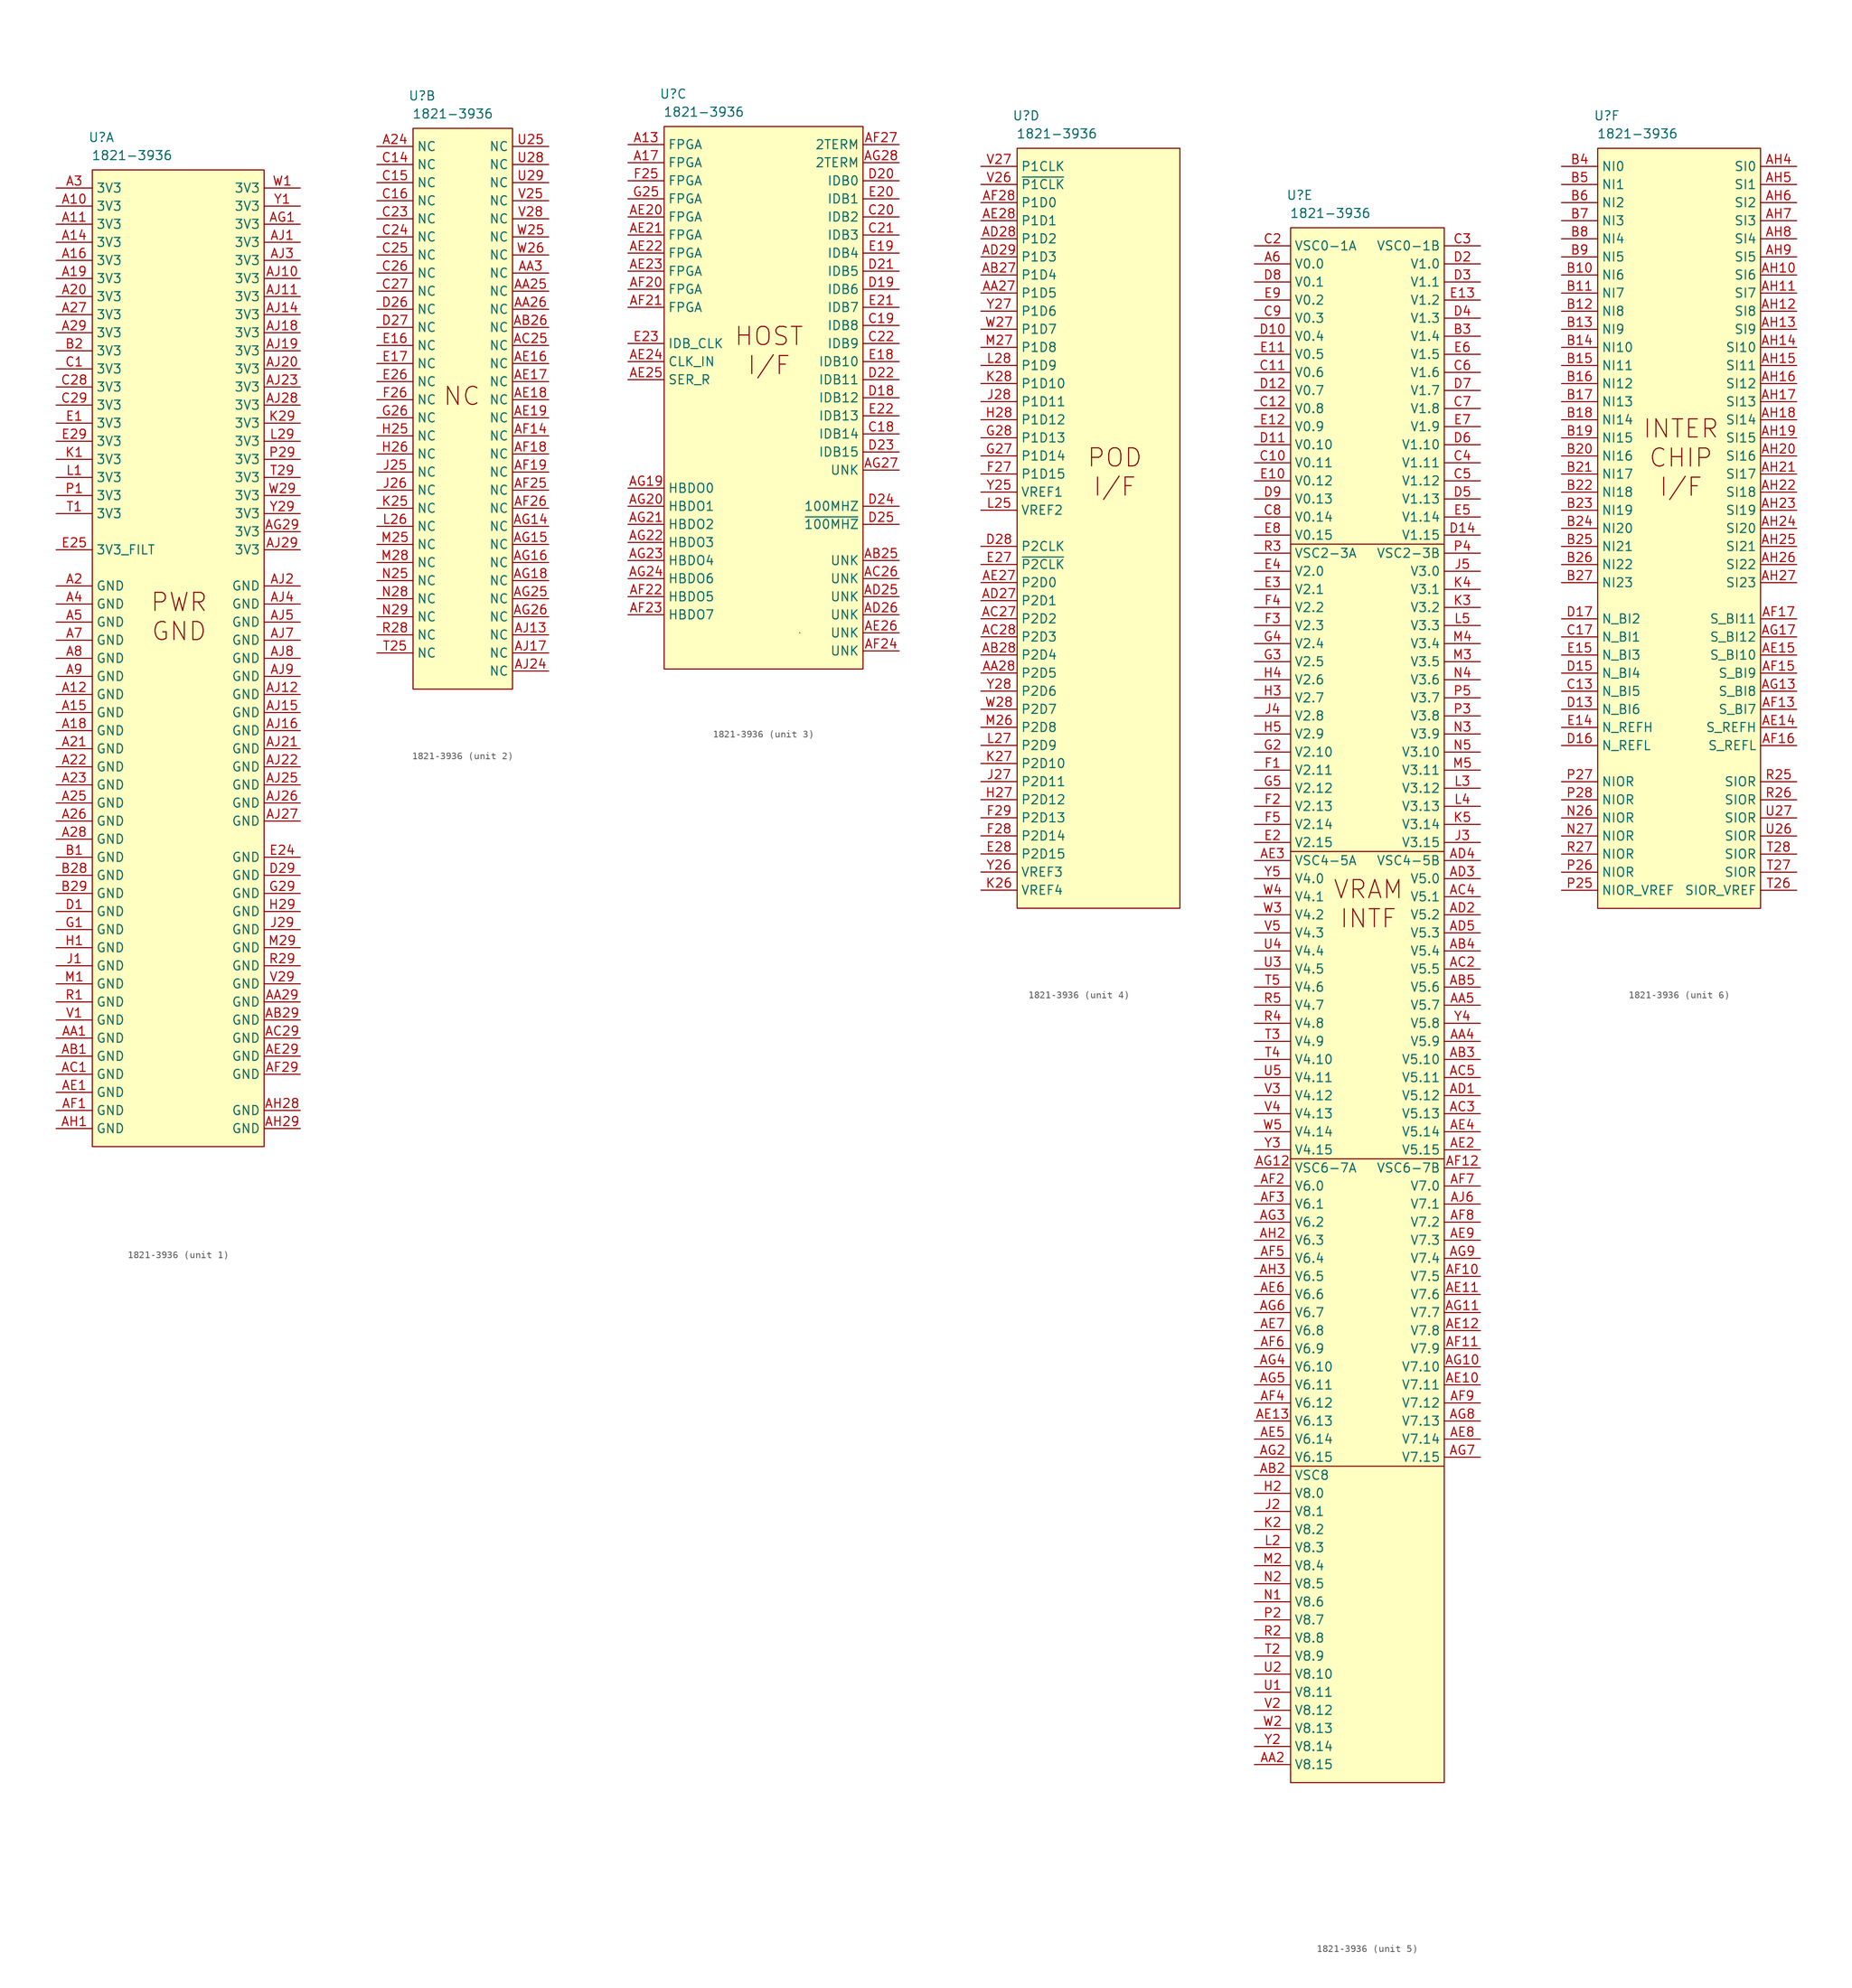
<source format=kicad_sym>
(kicad_symbol_lib
  (version 20241209)
  (generator "kicad_symbol_editor")
  (generator_version "9.0")
  (symbol "1821-3936"
    (property "Reference" "U"
      (at 1.27 4.572 0)
      (effects (font (size 1.27 1.27))))
    (property "Value" "1821-3936"
      (at 5.588 2.032 0)
      (effects (font (size 1.27 1.27))))
    (property "ki_locked" ""
      (at 0 0 0)
      (effects (font (size 1.27 1.27))))
    (symbol "1821-3936_1_1"
      (rectangle (start 0 0) (end 24.13 -137.16) (stroke (width 0) (type solid)) (fill (type background)))
      (text "PWR\nGND" (at 12.192 -62.738 0) (effects (font (size 2.54 2.54))))
      (pin power_in line (at -5.08 -2.54 0) (length 5.08) (name "3V3" (effects (font (size 1.27 1.27)))) (number "A3" (effects (font (size 1.27 1.27)))))
      (pin power_in line (at -5.08 -5.08 0) (length 5.08) (name "3V3" (effects (font (size 1.27 1.27)))) (number "A10" (effects (font (size 1.27 1.27)))))
      (pin power_in line (at -5.08 -7.62 0) (length 5.08) (name "3V3" (effects (font (size 1.27 1.27)))) (number "A11" (effects (font (size 1.27 1.27)))))
      (pin power_in line (at -5.08 -10.16 0) (length 5.08) (name "3V3" (effects (font (size 1.27 1.27)))) (number "A14" (effects (font (size 1.27 1.27)))))
      (pin power_in line (at -5.08 -12.7 0) (length 5.08) (name "3V3" (effects (font (size 1.27 1.27)))) (number "A16" (effects (font (size 1.27 1.27)))))
      (pin power_in line (at -5.08 -15.24 0) (length 5.08) (name "3V3" (effects (font (size 1.27 1.27)))) (number "A19" (effects (font (size 1.27 1.27)))))
      (pin power_in line (at -5.08 -17.78 0) (length 5.08) (name "3V3" (effects (font (size 1.27 1.27)))) (number "A20" (effects (font (size 1.27 1.27)))))
      (pin power_in line (at -5.08 -20.32 0) (length 5.08) (name "3V3" (effects (font (size 1.27 1.27)))) (number "A27" (effects (font (size 1.27 1.27)))))
      (pin power_in line (at -5.08 -22.86 0) (length 5.08) (name "3V3" (effects (font (size 1.27 1.27)))) (number "A29" (effects (font (size 1.27 1.27)))))
      (pin power_in line (at -5.08 -25.4 0) (length 5.08) (name "3V3" (effects (font (size 1.27 1.27)))) (number "B2" (effects (font (size 1.27 1.27)))))
      (pin power_in line (at -5.08 -27.94 0) (length 5.08) (name "3V3" (effects (font (size 1.27 1.27)))) (number "C1" (effects (font (size 1.27 1.27)))))
      (pin power_in line (at -5.08 -30.48 0) (length 5.08) (name "3V3" (effects (font (size 1.27 1.27)))) (number "C28" (effects (font (size 1.27 1.27)))))
      (pin power_in line (at -5.08 -33.02 0) (length 5.08) (name "3V3" (effects (font (size 1.27 1.27)))) (number "C29" (effects (font (size 1.27 1.27)))))
      (pin power_in line (at -5.08 -35.56 0) (length 5.08) (name "3V3" (effects (font (size 1.27 1.27)))) (number "E1" (effects (font (size 1.27 1.27)))))
      (pin power_in line (at -5.08 -38.1 0) (length 5.08) (name "3V3" (effects (font (size 1.27 1.27)))) (number "E29" (effects (font (size 1.27 1.27)))))
      (pin power_in line (at -5.08 -40.64 0) (length 5.08) (name "3V3" (effects (font (size 1.27 1.27)))) (number "K1" (effects (font (size 1.27 1.27)))))
      (pin power_in line (at -5.08 -43.18 0) (length 5.08) (name "3V3" (effects (font (size 1.27 1.27)))) (number "L1" (effects (font (size 1.27 1.27)))))
      (pin power_in line (at -5.08 -45.72 0) (length 5.08) (name "3V3" (effects (font (size 1.27 1.27)))) (number "P1" (effects (font (size 1.27 1.27)))))
      (pin power_in line (at -5.08 -48.26 0) (length 5.08) (name "3V3" (effects (font (size 1.27 1.27)))) (number "T1" (effects (font (size 1.27 1.27)))))
      (pin power_in line (at -5.08 -53.34 0) (length 5.08) (name "3V3_FILT" (effects (font (size 1.27 1.27)))) (number "E25" (effects (font (size 1.27 1.27)))))
      (pin power_in line (at -5.08 -58.42 0) (length 5.08) (name "GND" (effects (font (size 1.27 1.27)))) (number "A2" (effects (font (size 1.27 1.27)))))
      (pin power_in line (at -5.08 -60.96 0) (length 5.08) (name "GND" (effects (font (size 1.27 1.27)))) (number "A4" (effects (font (size 1.27 1.27)))))
      (pin power_in line (at -5.08 -63.5 0) (length 5.08) (name "GND" (effects (font (size 1.27 1.27)))) (number "A5" (effects (font (size 1.27 1.27)))))
      (pin power_in line (at -5.08 -66.04 0) (length 5.08) (name "GND" (effects (font (size 1.27 1.27)))) (number "A7" (effects (font (size 1.27 1.27)))))
      (pin power_in line (at -5.08 -68.58 0) (length 5.08) (name "GND" (effects (font (size 1.27 1.27)))) (number "A8" (effects (font (size 1.27 1.27)))))
      (pin power_in line (at -5.08 -71.12 0) (length 5.08) (name "GND" (effects (font (size 1.27 1.27)))) (number "A9" (effects (font (size 1.27 1.27)))))
      (pin power_in line (at -5.08 -73.66 0) (length 5.08) (name "GND" (effects (font (size 1.27 1.27)))) (number "A12" (effects (font (size 1.27 1.27)))))
      (pin power_in line (at -5.08 -76.2 0) (length 5.08) (name "GND" (effects (font (size 1.27 1.27)))) (number "A15" (effects (font (size 1.27 1.27)))))
      (pin power_in line (at -5.08 -78.74 0) (length 5.08) (name "GND" (effects (font (size 1.27 1.27)))) (number "A18" (effects (font (size 1.27 1.27)))))
      (pin power_in line (at -5.08 -81.28 0) (length 5.08) (name "GND" (effects (font (size 1.27 1.27)))) (number "A21" (effects (font (size 1.27 1.27)))))
      (pin power_in line (at -5.08 -83.82 0) (length 5.08) (name "GND" (effects (font (size 1.27 1.27)))) (number "A22" (effects (font (size 1.27 1.27)))))
      (pin power_in line (at -5.08 -86.36 0) (length 5.08) (name "GND" (effects (font (size 1.27 1.27)))) (number "A23" (effects (font (size 1.27 1.27)))))
      (pin power_in line (at -5.08 -88.9 0) (length 5.08) (name "GND" (effects (font (size 1.27 1.27)))) (number "A25" (effects (font (size 1.27 1.27)))))
      (pin power_in line (at -5.08 -91.44 0) (length 5.08) (name "GND" (effects (font (size 1.27 1.27)))) (number "A26" (effects (font (size 1.27 1.27)))))
      (pin power_in line (at -5.08 -93.98 0) (length 5.08) (name "GND" (effects (font (size 1.27 1.27)))) (number "A28" (effects (font (size 1.27 1.27)))))
      (pin power_in line (at -5.08 -96.52 0) (length 5.08) (name "GND" (effects (font (size 1.27 1.27)))) (number "B1" (effects (font (size 1.27 1.27)))))
      (pin power_in line (at -5.08 -99.06 0) (length 5.08) (name "GND" (effects (font (size 1.27 1.27)))) (number "B28" (effects (font (size 1.27 1.27)))))
      (pin power_in line (at -5.08 -101.6 0) (length 5.08) (name "GND" (effects (font (size 1.27 1.27)))) (number "B29" (effects (font (size 1.27 1.27)))))
      (pin power_in line (at -5.08 -104.14 0) (length 5.08) (name "GND" (effects (font (size 1.27 1.27)))) (number "D1" (effects (font (size 1.27 1.27)))))
      (pin power_in line (at -5.08 -106.68 0) (length 5.08) (name "GND" (effects (font (size 1.27 1.27)))) (number "G1" (effects (font (size 1.27 1.27)))))
      (pin power_in line (at -5.08 -109.22 0) (length 5.08) (name "GND" (effects (font (size 1.27 1.27)))) (number "H1" (effects (font (size 1.27 1.27)))))
      (pin power_in line (at -5.08 -111.76 0) (length 5.08) (name "GND" (effects (font (size 1.27 1.27)))) (number "J1" (effects (font (size 1.27 1.27)))))
      (pin power_in line (at -5.08 -114.3 0) (length 5.08) (name "GND" (effects (font (size 1.27 1.27)))) (number "M1" (effects (font (size 1.27 1.27)))))
      (pin power_in line (at -5.08 -116.84 0) (length 5.08) (name "GND" (effects (font (size 1.27 1.27)))) (number "R1" (effects (font (size 1.27 1.27)))))
      (pin power_in line (at -5.08 -119.38 0) (length 5.08) (name "GND" (effects (font (size 1.27 1.27)))) (number "V1" (effects (font (size 1.27 1.27)))))
      (pin power_in line (at -5.08 -121.92 0) (length 5.08) (name "GND" (effects (font (size 1.27 1.27)))) (number "AA1" (effects (font (size 1.27 1.27)))))
      (pin power_in line (at -5.08 -124.46 0) (length 5.08) (name "GND" (effects (font (size 1.27 1.27)))) (number "AB1" (effects (font (size 1.27 1.27)))))
      (pin power_in line (at -5.08 -127 0) (length 5.08) (name "GND" (effects (font (size 1.27 1.27)))) (number "AC1" (effects (font (size 1.27 1.27)))))
      (pin power_in line (at -5.08 -129.54 0) (length 5.08) (name "GND" (effects (font (size 1.27 1.27)))) (number "AE1" (effects (font (size 1.27 1.27)))))
      (pin power_in line (at -5.08 -132.08 0) (length 5.08) (name "GND" (effects (font (size 1.27 1.27)))) (number "AF1" (effects (font (size 1.27 1.27)))))
      (pin power_in line (at -5.08 -134.62 0) (length 5.08) (name "GND" (effects (font (size 1.27 1.27)))) (number "AH1" (effects (font (size 1.27 1.27)))))
      (pin power_in line (at 29.21 -2.54 180) (length 5.08) (name "3V3" (effects (font (size 1.27 1.27)))) (number "W1" (effects (font (size 1.27 1.27)))))
      (pin power_in line (at 29.21 -5.08 180) (length 5.08) (name "3V3" (effects (font (size 1.27 1.27)))) (number "Y1" (effects (font (size 1.27 1.27)))))
      (pin power_in line (at 29.21 -7.62 180) (length 5.08) (name "3V3" (effects (font (size 1.27 1.27)))) (number "AG1" (effects (font (size 1.27 1.27)))))
      (pin power_in line (at 29.21 -10.16 180) (length 5.08) (name "3V3" (effects (font (size 1.27 1.27)))) (number "AJ1" (effects (font (size 1.27 1.27)))))
      (pin power_in line (at 29.21 -12.7 180) (length 5.08) (name "3V3" (effects (font (size 1.27 1.27)))) (number "AJ3" (effects (font (size 1.27 1.27)))))
      (pin power_in line (at 29.21 -15.24 180) (length 5.08) (name "3V3" (effects (font (size 1.27 1.27)))) (number "AJ10" (effects (font (size 1.27 1.27)))))
      (pin power_in line (at 29.21 -17.78 180) (length 5.08) (name "3V3" (effects (font (size 1.27 1.27)))) (number "AJ11" (effects (font (size 1.27 1.27)))))
      (pin power_in line (at 29.21 -20.32 180) (length 5.08) (name "3V3" (effects (font (size 1.27 1.27)))) (number "AJ14" (effects (font (size 1.27 1.27)))))
      (pin power_in line (at 29.21 -22.86 180) (length 5.08) (name "3V3" (effects (font (size 1.27 1.27)))) (number "AJ18" (effects (font (size 1.27 1.27)))))
      (pin power_in line (at 29.21 -25.4 180) (length 5.08) (name "3V3" (effects (font (size 1.27 1.27)))) (number "AJ19" (effects (font (size 1.27 1.27)))))
      (pin power_in line (at 29.21 -27.94 180) (length 5.08) (name "3V3" (effects (font (size 1.27 1.27)))) (number "AJ20" (effects (font (size 1.27 1.27)))))
      (pin power_in line (at 29.21 -30.48 180) (length 5.08) (name "3V3" (effects (font (size 1.27 1.27)))) (number "AJ23" (effects (font (size 1.27 1.27)))))
      (pin power_in line (at 29.21 -33.02 180) (length 5.08) (name "3V3" (effects (font (size 1.27 1.27)))) (number "AJ28" (effects (font (size 1.27 1.27)))))
      (pin power_in line (at 29.21 -35.56 180) (length 5.08) (name "3V3" (effects (font (size 1.27 1.27)))) (number "K29" (effects (font (size 1.27 1.27)))))
      (pin power_in line (at 29.21 -38.1 180) (length 5.08) (name "3V3" (effects (font (size 1.27 1.27)))) (number "L29" (effects (font (size 1.27 1.27)))))
      (pin power_in line (at 29.21 -40.64 180) (length 5.08) (name "3V3" (effects (font (size 1.27 1.27)))) (number "P29" (effects (font (size 1.27 1.27)))))
      (pin power_in line (at 29.21 -43.18 180) (length 5.08) (name "3V3" (effects (font (size 1.27 1.27)))) (number "T29" (effects (font (size 1.27 1.27)))))
      (pin power_in line (at 29.21 -45.72 180) (length 5.08) (name "3V3" (effects (font (size 1.27 1.27)))) (number "W29" (effects (font (size 1.27 1.27)))))
      (pin power_in line (at 29.21 -48.26 180) (length 5.08) (name "3V3" (effects (font (size 1.27 1.27)))) (number "Y29" (effects (font (size 1.27 1.27)))))
      (pin power_in line (at 29.21 -50.8 180) (length 5.08) (name "3V3" (effects (font (size 1.27 1.27)))) (number "AG29" (effects (font (size 1.27 1.27)))))
      (pin power_in line (at 29.21 -53.34 180) (length 5.08) (name "3V3" (effects (font (size 1.27 1.27)))) (number "AJ29" (effects (font (size 1.27 1.27)))))
      (pin power_in line (at 29.21 -58.42 180) (length 5.08) (name "GND" (effects (font (size 1.27 1.27)))) (number "AJ2" (effects (font (size 1.27 1.27)))))
      (pin power_in line (at 29.21 -60.96 180) (length 5.08) (name "GND" (effects (font (size 1.27 1.27)))) (number "AJ4" (effects (font (size 1.27 1.27)))))
      (pin power_in line (at 29.21 -63.5 180) (length 5.08) (name "GND" (effects (font (size 1.27 1.27)))) (number "AJ5" (effects (font (size 1.27 1.27)))))
      (pin power_in line (at 29.21 -66.04 180) (length 5.08) (name "GND" (effects (font (size 1.27 1.27)))) (number "AJ7" (effects (font (size 1.27 1.27)))))
      (pin power_in line (at 29.21 -68.58 180) (length 5.08) (name "GND" (effects (font (size 1.27 1.27)))) (number "AJ8" (effects (font (size 1.27 1.27)))))
      (pin power_in line (at 29.21 -71.12 180) (length 5.08) (name "GND" (effects (font (size 1.27 1.27)))) (number "AJ9" (effects (font (size 1.27 1.27)))))
      (pin power_in line (at 29.21 -73.66 180) (length 5.08) (name "GND" (effects (font (size 1.27 1.27)))) (number "AJ12" (effects (font (size 1.27 1.27)))))
      (pin power_in line (at 29.21 -76.2 180) (length 5.08) (name "GND" (effects (font (size 1.27 1.27)))) (number "AJ15" (effects (font (size 1.27 1.27)))))
      (pin power_in line (at 29.21 -78.74 180) (length 5.08) (name "GND" (effects (font (size 1.27 1.27)))) (number "AJ16" (effects (font (size 1.27 1.27)))))
      (pin power_in line (at 29.21 -81.28 180) (length 5.08) (name "GND" (effects (font (size 1.27 1.27)))) (number "AJ21" (effects (font (size 1.27 1.27)))))
      (pin power_in line (at 29.21 -83.82 180) (length 5.08) (name "GND" (effects (font (size 1.27 1.27)))) (number "AJ22" (effects (font (size 1.27 1.27)))))
      (pin power_in line (at 29.21 -86.36 180) (length 5.08) (name "GND" (effects (font (size 1.27 1.27)))) (number "AJ25" (effects (font (size 1.27 1.27)))))
      (pin power_in line (at 29.21 -88.9 180) (length 5.08) (name "GND" (effects (font (size 1.27 1.27)))) (number "AJ26" (effects (font (size 1.27 1.27)))))
      (pin power_in line (at 29.21 -91.44 180) (length 5.08) (name "GND" (effects (font (size 1.27 1.27)))) (number "AJ27" (effects (font (size 1.27 1.27)))))
      (pin power_in line (at 29.21 -96.52 180) (length 5.08) (name "GND" (effects (font (size 1.27 1.27)))) (number "E24" (effects (font (size 1.27 1.27)))))
      (pin power_in line (at 29.21 -99.06 180) (length 5.08) (name "GND" (effects (font (size 1.27 1.27)))) (number "D29" (effects (font (size 1.27 1.27)))))
      (pin power_in line (at 29.21 -101.6 180) (length 5.08) (name "GND" (effects (font (size 1.27 1.27)))) (number "G29" (effects (font (size 1.27 1.27)))))
      (pin power_in line (at 29.21 -104.14 180) (length 5.08) (name "GND" (effects (font (size 1.27 1.27)))) (number "H29" (effects (font (size 1.27 1.27)))))
      (pin power_in line (at 29.21 -106.68 180) (length 5.08) (name "GND" (effects (font (size 1.27 1.27)))) (number "J29" (effects (font (size 1.27 1.27)))))
      (pin power_in line (at 29.21 -109.22 180) (length 5.08) (name "GND" (effects (font (size 1.27 1.27)))) (number "M29" (effects (font (size 1.27 1.27)))))
      (pin power_in line (at 29.21 -111.76 180) (length 5.08) (name "GND" (effects (font (size 1.27 1.27)))) (number "R29" (effects (font (size 1.27 1.27)))))
      (pin power_in line (at 29.21 -114.3 180) (length 5.08) (name "GND" (effects (font (size 1.27 1.27)))) (number "V29" (effects (font (size 1.27 1.27)))))
      (pin power_in line (at 29.21 -116.84 180) (length 5.08) (name "GND" (effects (font (size 1.27 1.27)))) (number "AA29" (effects (font (size 1.27 1.27)))))
      (pin power_in line (at 29.21 -119.38 180) (length 5.08) (name "GND" (effects (font (size 1.27 1.27)))) (number "AB29" (effects (font (size 1.27 1.27)))))
      (pin power_in line (at 29.21 -121.92 180) (length 5.08) (name "GND" (effects (font (size 1.27 1.27)))) (number "AC29" (effects (font (size 1.27 1.27)))))
      (pin power_in line (at 29.21 -124.46 180) (length 5.08) (name "GND" (effects (font (size 1.27 1.27)))) (number "AE29" (effects (font (size 1.27 1.27)))))
      (pin power_in line (at 29.21 -127 180) (length 5.08) (name "GND" (effects (font (size 1.27 1.27)))) (number "AF29" (effects (font (size 1.27 1.27)))))
      (pin power_in line (at 29.21 -132.08 180) (length 5.08) (name "GND" (effects (font (size 1.27 1.27)))) (number "AH28" (effects (font (size 1.27 1.27)))))
      (pin power_in line (at 29.21 -134.62 180) (length 5.08) (name "GND" (effects (font (size 1.27 1.27)))) (number "AH29" (effects (font (size 1.27 1.27))))))
    (symbol "1821-3936_2_1"
      (rectangle (start 0 0) (end 13.97 -78.74) (stroke (width 0) (type solid)) (fill (type background)))
      (text "NC" (at 6.858 -37.592 0) (effects (font (size 2.54 2.54))))
      (pin unspecified line (at -5.08 -2.54 0) (length 5.08) (name "NC" (effects (font (size 1.27 1.27)))) (number "A24" (effects (font (size 1.27 1.27)))))
      (pin unspecified line (at -5.08 -5.08 0) (length 5.08) (name "NC" (effects (font (size 1.27 1.27)))) (number "C14" (effects (font (size 1.27 1.27)))))
      (pin unspecified line (at -5.08 -7.62 0) (length 5.08) (name "NC" (effects (font (size 1.27 1.27)))) (number "C15" (effects (font (size 1.27 1.27)))))
      (pin unspecified line (at -5.08 -10.16 0) (length 5.08) (name "NC" (effects (font (size 1.27 1.27)))) (number "C16" (effects (font (size 1.27 1.27)))))
      (pin unspecified line (at -5.08 -12.7 0) (length 5.08) (name "NC" (effects (font (size 1.27 1.27)))) (number "C23" (effects (font (size 1.27 1.27)))))
      (pin unspecified line (at -5.08 -15.24 0) (length 5.08) (name "NC" (effects (font (size 1.27 1.27)))) (number "C24" (effects (font (size 1.27 1.27)))))
      (pin unspecified line (at -5.08 -17.78 0) (length 5.08) (name "NC" (effects (font (size 1.27 1.27)))) (number "C25" (effects (font (size 1.27 1.27)))))
      (pin unspecified line (at -5.08 -20.32 0) (length 5.08) (name "NC" (effects (font (size 1.27 1.27)))) (number "C26" (effects (font (size 1.27 1.27)))))
      (pin unspecified line (at -5.08 -22.86 0) (length 5.08) (name "NC" (effects (font (size 1.27 1.27)))) (number "C27" (effects (font (size 1.27 1.27)))))
      (pin unspecified line (at -5.08 -25.4 0) (length 5.08) (name "NC" (effects (font (size 1.27 1.27)))) (number "D26" (effects (font (size 1.27 1.27)))))
      (pin unspecified line (at -5.08 -27.94 0) (length 5.08) (name "NC" (effects (font (size 1.27 1.27)))) (number "D27" (effects (font (size 1.27 1.27)))))
      (pin unspecified line (at -5.08 -30.48 0) (length 5.08) (name "NC" (effects (font (size 1.27 1.27)))) (number "E16" (effects (font (size 1.27 1.27)))))
      (pin unspecified line (at -5.08 -33.02 0) (length 5.08) (name "NC" (effects (font (size 1.27 1.27)))) (number "E17" (effects (font (size 1.27 1.27)))))
      (pin unspecified line (at -5.08 -35.56 0) (length 5.08) (name "NC" (effects (font (size 1.27 1.27)))) (number "E26" (effects (font (size 1.27 1.27)))))
      (pin unspecified line (at -5.08 -38.1 0) (length 5.08) (name "NC" (effects (font (size 1.27 1.27)))) (number "F26" (effects (font (size 1.27 1.27)))))
      (pin unspecified line (at -5.08 -40.64 0) (length 5.08) (name "NC" (effects (font (size 1.27 1.27)))) (number "G26" (effects (font (size 1.27 1.27)))))
      (pin unspecified line (at -5.08 -43.18 0) (length 5.08) (name "NC" (effects (font (size 1.27 1.27)))) (number "H25" (effects (font (size 1.27 1.27)))))
      (pin unspecified line (at -5.08 -45.72 0) (length 5.08) (name "NC" (effects (font (size 1.27 1.27)))) (number "H26" (effects (font (size 1.27 1.27)))))
      (pin unspecified line (at -5.08 -48.26 0) (length 5.08) (name "NC" (effects (font (size 1.27 1.27)))) (number "J25" (effects (font (size 1.27 1.27)))))
      (pin unspecified line (at -5.08 -50.8 0) (length 5.08) (name "NC" (effects (font (size 1.27 1.27)))) (number "J26" (effects (font (size 1.27 1.27)))))
      (pin unspecified line (at -5.08 -53.34 0) (length 5.08) (name "NC" (effects (font (size 1.27 1.27)))) (number "K25" (effects (font (size 1.27 1.27)))))
      (pin unspecified line (at -5.08 -55.88 0) (length 5.08) (name "NC" (effects (font (size 1.27 1.27)))) (number "L26" (effects (font (size 1.27 1.27)))))
      (pin unspecified line (at -5.08 -58.42 0) (length 5.08) (name "NC" (effects (font (size 1.27 1.27)))) (number "M25" (effects (font (size 1.27 1.27)))))
      (pin unspecified line (at -5.08 -60.96 0) (length 5.08) (name "NC" (effects (font (size 1.27 1.27)))) (number "M28" (effects (font (size 1.27 1.27)))))
      (pin unspecified line (at -5.08 -63.5 0) (length 5.08) (name "NC" (effects (font (size 1.27 1.27)))) (number "N25" (effects (font (size 1.27 1.27)))))
      (pin unspecified line (at -5.08 -66.04 0) (length 5.08) (name "NC" (effects (font (size 1.27 1.27)))) (number "N28" (effects (font (size 1.27 1.27)))))
      (pin unspecified line (at -5.08 -68.58 0) (length 5.08) (name "NC" (effects (font (size 1.27 1.27)))) (number "N29" (effects (font (size 1.27 1.27)))))
      (pin unspecified line (at -5.08 -71.12 0) (length 5.08) (name "NC" (effects (font (size 1.27 1.27)))) (number "R28" (effects (font (size 1.27 1.27)))))
      (pin unspecified line (at -5.08 -73.66 0) (length 5.08) (name "NC" (effects (font (size 1.27 1.27)))) (number "T25" (effects (font (size 1.27 1.27)))))
      (pin unspecified line (at 19.05 -2.54 180) (length 5.08) (name "NC" (effects (font (size 1.27 1.27)))) (number "U25" (effects (font (size 1.27 1.27)))))
      (pin unspecified line (at 19.05 -5.08 180) (length 5.08) (name "NC" (effects (font (size 1.27 1.27)))) (number "U28" (effects (font (size 1.27 1.27)))))
      (pin unspecified line (at 19.05 -7.62 180) (length 5.08) (name "NC" (effects (font (size 1.27 1.27)))) (number "U29" (effects (font (size 1.27 1.27)))))
      (pin unspecified line (at 19.05 -10.16 180) (length 5.08) (name "NC" (effects (font (size 1.27 1.27)))) (number "V25" (effects (font (size 1.27 1.27)))))
      (pin unspecified line (at 19.05 -12.7 180) (length 5.08) (name "NC" (effects (font (size 1.27 1.27)))) (number "V28" (effects (font (size 1.27 1.27)))))
      (pin unspecified line (at 19.05 -15.24 180) (length 5.08) (name "NC" (effects (font (size 1.27 1.27)))) (number "W25" (effects (font (size 1.27 1.27)))))
      (pin unspecified line (at 19.05 -17.78 180) (length 5.08) (name "NC" (effects (font (size 1.27 1.27)))) (number "W26" (effects (font (size 1.27 1.27)))))
      (pin unspecified line (at 19.05 -20.32 180) (length 5.08) (name "NC" (effects (font (size 1.27 1.27)))) (number "AA3" (effects (font (size 1.27 1.27)))))
      (pin unspecified line (at 19.05 -22.86 180) (length 5.08) (name "NC" (effects (font (size 1.27 1.27)))) (number "AA25" (effects (font (size 1.27 1.27)))))
      (pin unspecified line (at 19.05 -25.4 180) (length 5.08) (name "NC" (effects (font (size 1.27 1.27)))) (number "AA26" (effects (font (size 1.27 1.27)))))
      (pin unspecified line (at 19.05 -27.94 180) (length 5.08) (name "NC" (effects (font (size 1.27 1.27)))) (number "AB26" (effects (font (size 1.27 1.27)))))
      (pin unspecified line (at 19.05 -30.48 180) (length 5.08) (name "NC" (effects (font (size 1.27 1.27)))) (number "AC25" (effects (font (size 1.27 1.27)))))
      (pin unspecified line (at 19.05 -33.02 180) (length 5.08) (name "NC" (effects (font (size 1.27 1.27)))) (number "AE16" (effects (font (size 1.27 1.27)))))
      (pin unspecified line (at 19.05 -35.56 180) (length 5.08) (name "NC" (effects (font (size 1.27 1.27)))) (number "AE17" (effects (font (size 1.27 1.27)))))
      (pin unspecified line (at 19.05 -38.1 180) (length 5.08) (name "NC" (effects (font (size 1.27 1.27)))) (number "AE18" (effects (font (size 1.27 1.27)))))
      (pin unspecified line (at 19.05 -40.64 180) (length 5.08) (name "NC" (effects (font (size 1.27 1.27)))) (number "AE19" (effects (font (size 1.27 1.27)))))
      (pin unspecified line (at 19.05 -43.18 180) (length 5.08) (name "NC" (effects (font (size 1.27 1.27)))) (number "AF14" (effects (font (size 1.27 1.27)))))
      (pin unspecified line (at 19.05 -45.72 180) (length 5.08) (name "NC" (effects (font (size 1.27 1.27)))) (number "AF18" (effects (font (size 1.27 1.27)))))
      (pin unspecified line (at 19.05 -48.26 180) (length 5.08) (name "NC" (effects (font (size 1.27 1.27)))) (number "AF19" (effects (font (size 1.27 1.27)))))
      (pin unspecified line (at 19.05 -50.8 180) (length 5.08) (name "NC" (effects (font (size 1.27 1.27)))) (number "AF25" (effects (font (size 1.27 1.27)))))
      (pin unspecified line (at 19.05 -53.34 180) (length 5.08) (name "NC" (effects (font (size 1.27 1.27)))) (number "AF26" (effects (font (size 1.27 1.27)))))
      (pin unspecified line (at 19.05 -55.88 180) (length 5.08) (name "NC" (effects (font (size 1.27 1.27)))) (number "AG14" (effects (font (size 1.27 1.27)))))
      (pin unspecified line (at 19.05 -58.42 180) (length 5.08) (name "NC" (effects (font (size 1.27 1.27)))) (number "AG15" (effects (font (size 1.27 1.27)))))
      (pin unspecified line (at 19.05 -60.96 180) (length 5.08) (name "NC" (effects (font (size 1.27 1.27)))) (number "AG16" (effects (font (size 1.27 1.27)))))
      (pin unspecified line (at 19.05 -63.5 180) (length 5.08) (name "NC" (effects (font (size 1.27 1.27)))) (number "AG18" (effects (font (size 1.27 1.27)))))
      (pin unspecified line (at 19.05 -66.04 180) (length 5.08) (name "NC" (effects (font (size 1.27 1.27)))) (number "AG25" (effects (font (size 1.27 1.27)))))
      (pin unspecified line (at 19.05 -68.58 180) (length 5.08) (name "NC" (effects (font (size 1.27 1.27)))) (number "AG26" (effects (font (size 1.27 1.27)))))
      (pin unspecified line (at 19.05 -71.12 180) (length 5.08) (name "NC" (effects (font (size 1.27 1.27)))) (number "AJ13" (effects (font (size 1.27 1.27)))))
      (pin unspecified line (at 19.05 -73.66 180) (length 5.08) (name "NC" (effects (font (size 1.27 1.27)))) (number "AJ17" (effects (font (size 1.27 1.27)))))
      (pin unspecified line (at 19.05 -76.2 180) (length 5.08) (name "NC" (effects (font (size 1.27 1.27)))) (number "AJ24" (effects (font (size 1.27 1.27))))))
    (symbol "1821-3936_3_1"
      (rectangle (start 0 0) (end 27.94 -76.2) (stroke (width 0) (type solid)) (fill (type background)))
      (rectangle (start 19.05 -71.12) (end 19.05 -71.12) (stroke (width 0) (type default)) (fill (type none)))
      (text "HOST\nI/F" (at 14.732 -31.496 0) (effects (font (size 2.54 2.54))))
      (pin unspecified line (at -5.08 -2.54 0) (length 5.08) (name "FPGA" (effects (font (size 1.27 1.27)))) (number "A13" (effects (font (size 1.27 1.27)))))
      (pin unspecified line (at -5.08 -5.08 0) (length 5.08) (name "FPGA" (effects (font (size 1.27 1.27)))) (number "A17" (effects (font (size 1.27 1.27)))))
      (pin unspecified line (at -5.08 -7.62 0) (length 5.08) (name "FPGA" (effects (font (size 1.27 1.27)))) (number "F25" (effects (font (size 1.27 1.27)))))
      (pin unspecified line (at -5.08 -10.16 0) (length 5.08) (name "FPGA" (effects (font (size 1.27 1.27)))) (number "G25" (effects (font (size 1.27 1.27)))))
      (pin unspecified line (at -5.08 -12.7 0) (length 5.08) (name "FPGA" (effects (font (size 1.27 1.27)))) (number "AE20" (effects (font (size 1.27 1.27)))))
      (pin unspecified line (at -5.08 -15.24 0) (length 5.08) (name "FPGA" (effects (font (size 1.27 1.27)))) (number "AE21" (effects (font (size 1.27 1.27)))))
      (pin unspecified line (at -5.08 -17.78 0) (length 5.08) (name "FPGA" (effects (font (size 1.27 1.27)))) (number "AE22" (effects (font (size 1.27 1.27)))))
      (pin unspecified line (at -5.08 -20.32 0) (length 5.08) (name "FPGA" (effects (font (size 1.27 1.27)))) (number "AE23" (effects (font (size 1.27 1.27)))))
      (pin unspecified line (at -5.08 -22.86 0) (length 5.08) (name "FPGA" (effects (font (size 1.27 1.27)))) (number "AF20" (effects (font (size 1.27 1.27)))))
      (pin unspecified line (at -5.08 -25.4 0) (length 5.08) (name "FPGA" (effects (font (size 1.27 1.27)))) (number "AF21" (effects (font (size 1.27 1.27)))))
      (pin unspecified line (at -5.08 -30.48 0) (length 5.08) (name "IDB_CLK" (effects (font (size 1.27 1.27)))) (number "E23" (effects (font (size 1.27 1.27)))))
      (pin unspecified line (at -5.08 -33.02 0) (length 5.08) (name "CLK_IN" (effects (font (size 1.27 1.27)))) (number "AE24" (effects (font (size 1.27 1.27)))))
      (pin unspecified line (at -5.08 -35.56 0) (length 5.08) (name "SER_R" (effects (font (size 1.27 1.27)))) (number "AE25" (effects (font (size 1.27 1.27)))))
      (pin unspecified line (at -5.08 -50.8 0) (length 5.08) (name "HBDO0" (effects (font (size 1.27 1.27)))) (number "AG19" (effects (font (size 1.27 1.27)))))
      (pin unspecified line (at -5.08 -53.34 0) (length 5.08) (name "HBDO1" (effects (font (size 1.27 1.27)))) (number "AG20" (effects (font (size 1.27 1.27)))))
      (pin unspecified line (at -5.08 -55.88 0) (length 5.08) (name "HBDO2" (effects (font (size 1.27 1.27)))) (number "AG21" (effects (font (size 1.27 1.27)))))
      (pin unspecified line (at -5.08 -58.42 0) (length 5.08) (name "HBDO3" (effects (font (size 1.27 1.27)))) (number "AG22" (effects (font (size 1.27 1.27)))))
      (pin unspecified line (at -5.08 -60.96 0) (length 5.08) (name "HBDO4" (effects (font (size 1.27 1.27)))) (number "AG23" (effects (font (size 1.27 1.27)))))
      (pin unspecified line (at -5.08 -63.5 0) (length 5.08) (name "HBDO6" (effects (font (size 1.27 1.27)))) (number "AG24" (effects (font (size 1.27 1.27)))))
      (pin unspecified line (at -5.08 -66.04 0) (length 5.08) (name "HBDO5" (effects (font (size 1.27 1.27)))) (number "AF22" (effects (font (size 1.27 1.27)))))
      (pin unspecified line (at -5.08 -68.58 0) (length 5.08) (name "HBDO7" (effects (font (size 1.27 1.27)))) (number "AF23" (effects (font (size 1.27 1.27)))))
      (pin unspecified line (at 33.02 -2.54 180) (length 5.08) (name "2TERM" (effects (font (size 1.27 1.27)))) (number "AF27" (effects (font (size 1.27 1.27)))))
      (pin unspecified line (at 33.02 -5.08 180) (length 5.08) (name "2TERM" (effects (font (size 1.27 1.27)))) (number "AG28" (effects (font (size 1.27 1.27)))))
      (pin bidirectional line (at 33.02 -7.62 180) (length 5.08) (name "IDB0" (effects (font (size 1.27 1.27)))) (number "D20" (effects (font (size 1.27 1.27)))))
      (pin bidirectional line (at 33.02 -10.16 180) (length 5.08) (name "IDB1" (effects (font (size 1.27 1.27)))) (number "E20" (effects (font (size 1.27 1.27)))))
      (pin bidirectional line (at 33.02 -12.7 180) (length 5.08) (name "IDB2" (effects (font (size 1.27 1.27)))) (number "C20" (effects (font (size 1.27 1.27)))))
      (pin bidirectional line (at 33.02 -15.24 180) (length 5.08) (name "IDB3" (effects (font (size 1.27 1.27)))) (number "C21" (effects (font (size 1.27 1.27)))))
      (pin bidirectional line (at 33.02 -17.78 180) (length 5.08) (name "IDB4" (effects (font (size 1.27 1.27)))) (number "E19" (effects (font (size 1.27 1.27)))))
      (pin bidirectional line (at 33.02 -20.32 180) (length 5.08) (name "IDB5" (effects (font (size 1.27 1.27)))) (number "D21" (effects (font (size 1.27 1.27)))))
      (pin bidirectional line (at 33.02 -22.86 180) (length 5.08) (name "IDB6" (effects (font (size 1.27 1.27)))) (number "D19" (effects (font (size 1.27 1.27)))))
      (pin bidirectional line (at 33.02 -25.4 180) (length 5.08) (name "IDB7" (effects (font (size 1.27 1.27)))) (number "E21" (effects (font (size 1.27 1.27)))))
      (pin bidirectional line (at 33.02 -27.94 180) (length 5.08) (name "IDB8" (effects (font (size 1.27 1.27)))) (number "C19" (effects (font (size 1.27 1.27)))))
      (pin bidirectional line (at 33.02 -30.48 180) (length 5.08) (name "IDB9" (effects (font (size 1.27 1.27)))) (number "C22" (effects (font (size 1.27 1.27)))))
      (pin bidirectional line (at 33.02 -33.02 180) (length 5.08) (name "IDB10" (effects (font (size 1.27 1.27)))) (number "E18" (effects (font (size 1.27 1.27)))))
      (pin bidirectional line (at 33.02 -35.56 180) (length 5.08) (name "IDB11" (effects (font (size 1.27 1.27)))) (number "D22" (effects (font (size 1.27 1.27)))))
      (pin bidirectional line (at 33.02 -38.1 180) (length 5.08) (name "IDB12" (effects (font (size 1.27 1.27)))) (number "D18" (effects (font (size 1.27 1.27)))))
      (pin bidirectional line (at 33.02 -40.64 180) (length 5.08) (name "IDB13" (effects (font (size 1.27 1.27)))) (number "E22" (effects (font (size 1.27 1.27)))))
      (pin bidirectional line (at 33.02 -43.18 180) (length 5.08) (name "IDB14" (effects (font (size 1.27 1.27)))) (number "C18" (effects (font (size 1.27 1.27)))))
      (pin bidirectional line (at 33.02 -45.72 180) (length 5.08) (name "IDB15" (effects (font (size 1.27 1.27)))) (number "D23" (effects (font (size 1.27 1.27)))))
      (pin passive line (at 33.02 -48.26 180) (length 5.08) (name "UNK" (effects (font (size 1.27 1.27)))) (number "AG27" (effects (font (size 1.27 1.27)))))
      (pin input line (at 33.02 -53.34 180) (length 5.08) (name "100MHZ" (effects (font (size 1.27 1.27)))) (number "D24" (effects (font (size 1.27 1.27)))))
      (pin input line (at 33.02 -55.88 180) (length 5.08) (name "~{100MHZ}" (effects (font (size 1.27 1.27)))) (number "D25" (effects (font (size 1.27 1.27)))))
      (pin unspecified line (at 33.02 -60.96 180) (length 5.08) (name "UNK" (effects (font (size 1.27 1.27)))) (number "AB25" (effects (font (size 1.27 1.27)))))
      (pin unspecified line (at 33.02 -63.5 180) (length 5.08) (name "UNK" (effects (font (size 1.27 1.27)))) (number "AC26" (effects (font (size 1.27 1.27)))))
      (pin unspecified line (at 33.02 -66.04 180) (length 5.08) (name "UNK" (effects (font (size 1.27 1.27)))) (number "AD25" (effects (font (size 1.27 1.27)))))
      (pin unspecified line (at 33.02 -68.58 180) (length 5.08) (name "UNK" (effects (font (size 1.27 1.27)))) (number "AD26" (effects (font (size 1.27 1.27)))))
      (pin unspecified line (at 33.02 -71.12 180) (length 5.08) (name "UNK" (effects (font (size 1.27 1.27)))) (number "AE26" (effects (font (size 1.27 1.27)))))
      (pin unspecified line (at 33.02 -73.66 180) (length 5.08) (name "UNK" (effects (font (size 1.27 1.27)))) (number "AF24" (effects (font (size 1.27 1.27))))))
    (symbol "1821-3936_4_1"
      (rectangle (start 0 0) (end 22.86 -106.68) (stroke (width 0) (type solid)) (fill (type background)))
      (text "POD\nI/F" (at 13.716 -45.466 0) (effects (font (size 2.54 2.54))))
      (pin input line (at -5.08 -2.54 0) (length 5.08) (name "P1CLK" (effects (font (size 1.27 1.27)))) (number "V27" (effects (font (size 1.27 1.27)))))
      (pin input line (at -5.08 -5.08 0) (length 5.08) (name "~{P1CLK}" (effects (font (size 1.27 1.27)))) (number "V26" (effects (font (size 1.27 1.27)))))
      (pin input line (at -5.08 -7.62 0) (length 5.08) (name "P1D0" (effects (font (size 1.27 1.27)))) (number "AF28" (effects (font (size 1.27 1.27)))))
      (pin input line (at -5.08 -10.16 0) (length 5.08) (name "P1D1" (effects (font (size 1.27 1.27)))) (number "AE28" (effects (font (size 1.27 1.27)))))
      (pin input line (at -5.08 -12.7 0) (length 5.08) (name "P1D2" (effects (font (size 1.27 1.27)))) (number "AD28" (effects (font (size 1.27 1.27)))))
      (pin input line (at -5.08 -15.24 0) (length 5.08) (name "P1D3" (effects (font (size 1.27 1.27)))) (number "AD29" (effects (font (size 1.27 1.27)))))
      (pin input line (at -5.08 -17.78 0) (length 5.08) (name "P1D4" (effects (font (size 1.27 1.27)))) (number "AB27" (effects (font (size 1.27 1.27)))))
      (pin input line (at -5.08 -20.32 0) (length 5.08) (name "P1D5" (effects (font (size 1.27 1.27)))) (number "AA27" (effects (font (size 1.27 1.27)))))
      (pin input line (at -5.08 -22.86 0) (length 5.08) (name "P1D6" (effects (font (size 1.27 1.27)))) (number "Y27" (effects (font (size 1.27 1.27)))))
      (pin input line (at -5.08 -25.4 0) (length 5.08) (name "P1D7" (effects (font (size 1.27 1.27)))) (number "W27" (effects (font (size 1.27 1.27)))))
      (pin input line (at -5.08 -27.94 0) (length 5.08) (name "P1D8" (effects (font (size 1.27 1.27)))) (number "M27" (effects (font (size 1.27 1.27)))))
      (pin input line (at -5.08 -30.48 0) (length 5.08) (name "P1D9" (effects (font (size 1.27 1.27)))) (number "L28" (effects (font (size 1.27 1.27)))))
      (pin input line (at -5.08 -33.02 0) (length 5.08) (name "P1D10" (effects (font (size 1.27 1.27)))) (number "K28" (effects (font (size 1.27 1.27)))))
      (pin input line (at -5.08 -35.56 0) (length 5.08) (name "P1D11" (effects (font (size 1.27 1.27)))) (number "J28" (effects (font (size 1.27 1.27)))))
      (pin input line (at -5.08 -38.1 0) (length 5.08) (name "P1D12" (effects (font (size 1.27 1.27)))) (number "H28" (effects (font (size 1.27 1.27)))))
      (pin input line (at -5.08 -40.64 0) (length 5.08) (name "P1D13" (effects (font (size 1.27 1.27)))) (number "G28" (effects (font (size 1.27 1.27)))))
      (pin input line (at -5.08 -43.18 0) (length 5.08) (name "P1D14" (effects (font (size 1.27 1.27)))) (number "G27" (effects (font (size 1.27 1.27)))))
      (pin input line (at -5.08 -45.72 0) (length 5.08) (name "P1D15" (effects (font (size 1.27 1.27)))) (number "F27" (effects (font (size 1.27 1.27)))))
      (pin input line (at -5.08 -48.26 0) (length 5.08) (name "VREF1" (effects (font (size 1.27 1.27)))) (number "Y25" (effects (font (size 1.27 1.27)))))
      (pin unspecified line (at -5.08 -50.8 0) (length 5.08) (name "VREF2" (effects (font (size 1.27 1.27)))) (number "L25" (effects (font (size 1.27 1.27)))))
      (pin input line (at -5.08 -55.88 0) (length 5.08) (name "P2CLK" (effects (font (size 1.27 1.27)))) (number "D28" (effects (font (size 1.27 1.27)))))
      (pin input line (at -5.08 -58.42 0) (length 5.08) (name "~{P2CLK}" (effects (font (size 1.27 1.27)))) (number "E27" (effects (font (size 1.27 1.27)))))
      (pin input line (at -5.08 -60.96 0) (length 5.08) (name "P2D0" (effects (font (size 1.27 1.27)))) (number "AE27" (effects (font (size 1.27 1.27)))))
      (pin input line (at -5.08 -63.5 0) (length 5.08) (name "P2D1" (effects (font (size 1.27 1.27)))) (number "AD27" (effects (font (size 1.27 1.27)))))
      (pin input line (at -5.08 -66.04 0) (length 5.08) (name "P2D2" (effects (font (size 1.27 1.27)))) (number "AC27" (effects (font (size 1.27 1.27)))))
      (pin input line (at -5.08 -68.58 0) (length 5.08) (name "P2D3" (effects (font (size 1.27 1.27)))) (number "AC28" (effects (font (size 1.27 1.27)))))
      (pin input line (at -5.08 -71.12 0) (length 5.08) (name "P2D4" (effects (font (size 1.27 1.27)))) (number "AB28" (effects (font (size 1.27 1.27)))))
      (pin input line (at -5.08 -73.66 0) (length 5.08) (name "P2D5" (effects (font (size 1.27 1.27)))) (number "AA28" (effects (font (size 1.27 1.27)))))
      (pin input line (at -5.08 -76.2 0) (length 5.08) (name "P2D6" (effects (font (size 1.27 1.27)))) (number "Y28" (effects (font (size 1.27 1.27)))))
      (pin input line (at -5.08 -78.74 0) (length 5.08) (name "P2D7" (effects (font (size 1.27 1.27)))) (number "W28" (effects (font (size 1.27 1.27)))))
      (pin input line (at -5.08 -81.28 0) (length 5.08) (name "P2D8" (effects (font (size 1.27 1.27)))) (number "M26" (effects (font (size 1.27 1.27)))))
      (pin input line (at -5.08 -83.82 0) (length 5.08) (name "P2D9" (effects (font (size 1.27 1.27)))) (number "L27" (effects (font (size 1.27 1.27)))))
      (pin input line (at -5.08 -86.36 0) (length 5.08) (name "P2D10" (effects (font (size 1.27 1.27)))) (number "K27" (effects (font (size 1.27 1.27)))))
      (pin input line (at -5.08 -88.9 0) (length 5.08) (name "P2D11" (effects (font (size 1.27 1.27)))) (number "J27" (effects (font (size 1.27 1.27)))))
      (pin input line (at -5.08 -91.44 0) (length 5.08) (name "P2D12" (effects (font (size 1.27 1.27)))) (number "H27" (effects (font (size 1.27 1.27)))))
      (pin input line (at -5.08 -93.98 0) (length 5.08) (name "P2D13" (effects (font (size 1.27 1.27)))) (number "F29" (effects (font (size 1.27 1.27)))))
      (pin input line (at -5.08 -96.52 0) (length 5.08) (name "P2D14" (effects (font (size 1.27 1.27)))) (number "F28" (effects (font (size 1.27 1.27)))))
      (pin input line (at -5.08 -99.06 0) (length 5.08) (name "P2D15" (effects (font (size 1.27 1.27)))) (number "E28" (effects (font (size 1.27 1.27)))))
      (pin unspecified line (at -5.08 -101.6 0) (length 5.08) (name "VREF3" (effects (font (size 1.27 1.27)))) (number "Y26" (effects (font (size 1.27 1.27)))))
      (pin unspecified line (at -5.08 -104.14 0) (length 5.08) (name "VREF4" (effects (font (size 1.27 1.27)))) (number "K26" (effects (font (size 1.27 1.27))))))
    (symbol "1821-3936_5_1"
      (rectangle (start 0 0) (end 21.59 -218.44) (stroke (width 0) (type solid)) (fill (type background)))
      (polyline (pts (xy 0 -44.45) (xy 21.59 -44.45)) (stroke (width 0) (type default)) (fill (type none)))
      (polyline (pts (xy 0 -87.63) (xy 21.59 -87.63)) (stroke (width 0) (type default)) (fill (type none)))
      (polyline (pts (xy 0 -130.81) (xy 21.59 -130.81)) (stroke (width 0) (type default)) (fill (type none)))
      (polyline (pts (xy 0 -173.99) (xy 21.59 -173.99)) (stroke (width 0) (type default)) (fill (type none)))
      (text "VRAM\nINTF" (at 10.922 -94.996 0) (effects (font (size 2.54 2.54))))
      (pin output line (at -5.08 -2.54 0) (length 5.08) (name "VSC0-1A" (effects (font (size 1.27 1.27)))) (number "C2" (effects (font (size 1.27 1.27)))))
      (pin output line (at -5.08 -5.08 0) (length 5.08) (name "V0.0" (effects (font (size 1.27 1.27)))) (number "A6" (effects (font (size 1.27 1.27)))))
      (pin output line (at -5.08 -7.62 0) (length 5.08) (name "V0.1" (effects (font (size 1.27 1.27)))) (number "D8" (effects (font (size 1.27 1.27)))))
      (pin output line (at -5.08 -10.16 0) (length 5.08) (name "V0.2" (effects (font (size 1.27 1.27)))) (number "E9" (effects (font (size 1.27 1.27)))))
      (pin output line (at -5.08 -12.7 0) (length 5.08) (name "V0.3" (effects (font (size 1.27 1.27)))) (number "C9" (effects (font (size 1.27 1.27)))))
      (pin output line (at -5.08 -15.24 0) (length 5.08) (name "V0.4" (effects (font (size 1.27 1.27)))) (number "D10" (effects (font (size 1.27 1.27)))))
      (pin output line (at -5.08 -17.78 0) (length 5.08) (name "V0.5" (effects (font (size 1.27 1.27)))) (number "E11" (effects (font (size 1.27 1.27)))))
      (pin output line (at -5.08 -20.32 0) (length 5.08) (name "V0.6" (effects (font (size 1.27 1.27)))) (number "C11" (effects (font (size 1.27 1.27)))))
      (pin output line (at -5.08 -22.86 0) (length 5.08) (name "V0.7" (effects (font (size 1.27 1.27)))) (number "D12" (effects (font (size 1.27 1.27)))))
      (pin output line (at -5.08 -25.4 0) (length 5.08) (name "V0.8" (effects (font (size 1.27 1.27)))) (number "C12" (effects (font (size 1.27 1.27)))))
      (pin output line (at -5.08 -27.94 0) (length 5.08) (name "V0.9" (effects (font (size 1.27 1.27)))) (number "E12" (effects (font (size 1.27 1.27)))))
      (pin output line (at -5.08 -30.48 0) (length 5.08) (name "V0.10" (effects (font (size 1.27 1.27)))) (number "D11" (effects (font (size 1.27 1.27)))))
      (pin output line (at -5.08 -33.02 0) (length 5.08) (name "V0.11" (effects (font (size 1.27 1.27)))) (number "C10" (effects (font (size 1.27 1.27)))))
      (pin output line (at -5.08 -35.56 0) (length 5.08) (name "V0.12" (effects (font (size 1.27 1.27)))) (number "E10" (effects (font (size 1.27 1.27)))))
      (pin output line (at -5.08 -38.1 0) (length 5.08) (name "V0.13" (effects (font (size 1.27 1.27)))) (number "D9" (effects (font (size 1.27 1.27)))))
      (pin output line (at -5.08 -40.64 0) (length 5.08) (name "V0.14" (effects (font (size 1.27 1.27)))) (number "C8" (effects (font (size 1.27 1.27)))))
      (pin output line (at -5.08 -43.18 0) (length 5.08) (name "V0.15" (effects (font (size 1.27 1.27)))) (number "E8" (effects (font (size 1.27 1.27)))))
      (pin output line (at -5.08 -45.72 0) (length 5.08) (name "VSC2-3A" (effects (font (size 1.27 1.27)))) (number "R3" (effects (font (size 1.27 1.27)))))
      (pin output line (at -5.08 -48.26 0) (length 5.08) (name "V2.0" (effects (font (size 1.27 1.27)))) (number "E4" (effects (font (size 1.27 1.27)))))
      (pin output line (at -5.08 -50.8 0) (length 5.08) (name "V2.1" (effects (font (size 1.27 1.27)))) (number "E3" (effects (font (size 1.27 1.27)))))
      (pin output line (at -5.08 -53.34 0) (length 5.08) (name "V2.2" (effects (font (size 1.27 1.27)))) (number "F4" (effects (font (size 1.27 1.27)))))
      (pin output line (at -5.08 -55.88 0) (length 5.08) (name "V2.3" (effects (font (size 1.27 1.27)))) (number "F3" (effects (font (size 1.27 1.27)))))
      (pin output line (at -5.08 -58.42 0) (length 5.08) (name "V2.4" (effects (font (size 1.27 1.27)))) (number "G4" (effects (font (size 1.27 1.27)))))
      (pin output line (at -5.08 -60.96 0) (length 5.08) (name "V2.5" (effects (font (size 1.27 1.27)))) (number "G3" (effects (font (size 1.27 1.27)))))
      (pin output line (at -5.08 -63.5 0) (length 5.08) (name "V2.6" (effects (font (size 1.27 1.27)))) (number "H4" (effects (font (size 1.27 1.27)))))
      (pin output line (at -5.08 -66.04 0) (length 5.08) (name "V2.7" (effects (font (size 1.27 1.27)))) (number "H3" (effects (font (size 1.27 1.27)))))
      (pin output line (at -5.08 -68.58 0) (length 5.08) (name "V2.8" (effects (font (size 1.27 1.27)))) (number "J4" (effects (font (size 1.27 1.27)))))
      (pin output line (at -5.08 -71.12 0) (length 5.08) (name "V2.9" (effects (font (size 1.27 1.27)))) (number "H5" (effects (font (size 1.27 1.27)))))
      (pin output line (at -5.08 -73.66 0) (length 5.08) (name "V2.10" (effects (font (size 1.27 1.27)))) (number "G2" (effects (font (size 1.27 1.27)))))
      (pin output line (at -5.08 -76.2 0) (length 5.08) (name "V2.11" (effects (font (size 1.27 1.27)))) (number "F1" (effects (font (size 1.27 1.27)))))
      (pin output line (at -5.08 -78.74 0) (length 5.08) (name "V2.12" (effects (font (size 1.27 1.27)))) (number "G5" (effects (font (size 1.27 1.27)))))
      (pin output line (at -5.08 -81.28 0) (length 5.08) (name "V2.13" (effects (font (size 1.27 1.27)))) (number "F2" (effects (font (size 1.27 1.27)))))
      (pin output line (at -5.08 -83.82 0) (length 5.08) (name "V2.14" (effects (font (size 1.27 1.27)))) (number "F5" (effects (font (size 1.27 1.27)))))
      (pin output line (at -5.08 -86.36 0) (length 5.08) (name "V2.15" (effects (font (size 1.27 1.27)))) (number "E2" (effects (font (size 1.27 1.27)))))
      (pin output line (at -5.08 -88.9 0) (length 5.08) (name "VSC4-5A" (effects (font (size 1.27 1.27)))) (number "AE3" (effects (font (size 1.27 1.27)))))
      (pin output line (at -5.08 -91.44 0) (length 5.08) (name "V4.0" (effects (font (size 1.27 1.27)))) (number "Y5" (effects (font (size 1.27 1.27)))))
      (pin output line (at -5.08 -93.98 0) (length 5.08) (name "V4.1" (effects (font (size 1.27 1.27)))) (number "W4" (effects (font (size 1.27 1.27)))))
      (pin output line (at -5.08 -96.52 0) (length 5.08) (name "V4.2" (effects (font (size 1.27 1.27)))) (number "W3" (effects (font (size 1.27 1.27)))))
      (pin output line (at -5.08 -99.06 0) (length 5.08) (name "V4.3" (effects (font (size 1.27 1.27)))) (number "V5" (effects (font (size 1.27 1.27)))))
      (pin output line (at -5.08 -101.6 0) (length 5.08) (name "V4.4" (effects (font (size 1.27 1.27)))) (number "U4" (effects (font (size 1.27 1.27)))))
      (pin output line (at -5.08 -104.14 0) (length 5.08) (name "V4.5" (effects (font (size 1.27 1.27)))) (number "U3" (effects (font (size 1.27 1.27)))))
      (pin output line (at -5.08 -106.68 0) (length 5.08) (name "V4.6" (effects (font (size 1.27 1.27)))) (number "T5" (effects (font (size 1.27 1.27)))))
      (pin output line (at -5.08 -109.22 0) (length 5.08) (name "V4.7" (effects (font (size 1.27 1.27)))) (number "R5" (effects (font (size 1.27 1.27)))))
      (pin output line (at -5.08 -111.76 0) (length 5.08) (name "V4.8" (effects (font (size 1.27 1.27)))) (number "R4" (effects (font (size 1.27 1.27)))))
      (pin output line (at -5.08 -114.3 0) (length 5.08) (name "V4.9" (effects (font (size 1.27 1.27)))) (number "T3" (effects (font (size 1.27 1.27)))))
      (pin output line (at -5.08 -116.84 0) (length 5.08) (name "V4.10" (effects (font (size 1.27 1.27)))) (number "T4" (effects (font (size 1.27 1.27)))))
      (pin output line (at -5.08 -119.38 0) (length 5.08) (name "V4.11" (effects (font (size 1.27 1.27)))) (number "U5" (effects (font (size 1.27 1.27)))))
      (pin output line (at -5.08 -121.92 0) (length 5.08) (name "V4.12" (effects (font (size 1.27 1.27)))) (number "V3" (effects (font (size 1.27 1.27)))))
      (pin output line (at -5.08 -124.46 0) (length 5.08) (name "V4.13" (effects (font (size 1.27 1.27)))) (number "V4" (effects (font (size 1.27 1.27)))))
      (pin output line (at -5.08 -127 0) (length 5.08) (name "V4.14" (effects (font (size 1.27 1.27)))) (number "W5" (effects (font (size 1.27 1.27)))))
      (pin output line (at -5.08 -129.54 0) (length 5.08) (name "V4.15" (effects (font (size 1.27 1.27)))) (number "Y3" (effects (font (size 1.27 1.27)))))
      (pin output line (at -5.08 -132.08 0) (length 5.08) (name "VSC6-7A" (effects (font (size 1.27 1.27)))) (number "AG12" (effects (font (size 1.27 1.27)))))
      (pin output line (at -5.08 -134.62 0) (length 5.08) (name "V6.0" (effects (font (size 1.27 1.27)))) (number "AF2" (effects (font (size 1.27 1.27)))))
      (pin output line (at -5.08 -137.16 0) (length 5.08) (name "V6.1" (effects (font (size 1.27 1.27)))) (number "AF3" (effects (font (size 1.27 1.27)))))
      (pin output line (at -5.08 -139.7 0) (length 5.08) (name "V6.2" (effects (font (size 1.27 1.27)))) (number "AG3" (effects (font (size 1.27 1.27)))))
      (pin output line (at -5.08 -142.24 0) (length 5.08) (name "V6.3" (effects (font (size 1.27 1.27)))) (number "AH2" (effects (font (size 1.27 1.27)))))
      (pin output line (at -5.08 -144.78 0) (length 5.08) (name "V6.4" (effects (font (size 1.27 1.27)))) (number "AF5" (effects (font (size 1.27 1.27)))))
      (pin output line (at -5.08 -147.32 0) (length 5.08) (name "V6.5" (effects (font (size 1.27 1.27)))) (number "AH3" (effects (font (size 1.27 1.27)))))
      (pin output line (at -5.08 -149.86 0) (length 5.08) (name "V6.6" (effects (font (size 1.27 1.27)))) (number "AE6" (effects (font (size 1.27 1.27)))))
      (pin output line (at -5.08 -152.4 0) (length 5.08) (name "V6.7" (effects (font (size 1.27 1.27)))) (number "AG6" (effects (font (size 1.27 1.27)))))
      (pin output line (at -5.08 -154.94 0) (length 5.08) (name "V6.8" (effects (font (size 1.27 1.27)))) (number "AE7" (effects (font (size 1.27 1.27)))))
      (pin output line (at -5.08 -157.48 0) (length 5.08) (name "V6.9" (effects (font (size 1.27 1.27)))) (number "AF6" (effects (font (size 1.27 1.27)))))
      (pin output line (at -5.08 -160.02 0) (length 5.08) (name "V6.10" (effects (font (size 1.27 1.27)))) (number "AG4" (effects (font (size 1.27 1.27)))))
      (pin output line (at -5.08 -162.56 0) (length 5.08) (name "V6.11" (effects (font (size 1.27 1.27)))) (number "AG5" (effects (font (size 1.27 1.27)))))
      (pin output line (at -5.08 -165.1 0) (length 5.08) (name "V6.12" (effects (font (size 1.27 1.27)))) (number "AF4" (effects (font (size 1.27 1.27)))))
      (pin output line (at -5.08 -167.64 0) (length 5.08) (name "V6.13" (effects (font (size 1.27 1.27)))) (number "AE13" (effects (font (size 1.27 1.27)))))
      (pin output line (at -5.08 -170.18 0) (length 5.08) (name "V6.14" (effects (font (size 1.27 1.27)))) (number "AE5" (effects (font (size 1.27 1.27)))))
      (pin output line (at -5.08 -172.72 0) (length 5.08) (name "V6.15" (effects (font (size 1.27 1.27)))) (number "AG2" (effects (font (size 1.27 1.27)))))
      (pin output line (at -5.08 -175.26 0) (length 5.08) (name "VSC8" (effects (font (size 1.27 1.27)))) (number "AB2" (effects (font (size 1.27 1.27)))))
      (pin output line (at -5.08 -177.8 0) (length 5.08) (name "V8.0" (effects (font (size 1.27 1.27)))) (number "H2" (effects (font (size 1.27 1.27)))))
      (pin output line (at -5.08 -180.34 0) (length 5.08) (name "V8.1" (effects (font (size 1.27 1.27)))) (number "J2" (effects (font (size 1.27 1.27)))))
      (pin output line (at -5.08 -182.88 0) (length 5.08) (name "V8.2" (effects (font (size 1.27 1.27)))) (number "K2" (effects (font (size 1.27 1.27)))))
      (pin output line (at -5.08 -185.42 0) (length 5.08) (name "V8.3" (effects (font (size 1.27 1.27)))) (number "L2" (effects (font (size 1.27 1.27)))))
      (pin output line (at -5.08 -187.96 0) (length 5.08) (name "V8.4" (effects (font (size 1.27 1.27)))) (number "M2" (effects (font (size 1.27 1.27)))))
      (pin output line (at -5.08 -190.5 0) (length 5.08) (name "V8.5" (effects (font (size 1.27 1.27)))) (number "N2" (effects (font (size 1.27 1.27)))))
      (pin output line (at -5.08 -193.04 0) (length 5.08) (name "V8.6" (effects (font (size 1.27 1.27)))) (number "N1" (effects (font (size 1.27 1.27)))))
      (pin output line (at -5.08 -195.58 0) (length 5.08) (name "V8.7" (effects (font (size 1.27 1.27)))) (number "P2" (effects (font (size 1.27 1.27)))))
      (pin output line (at -5.08 -198.12 0) (length 5.08) (name "V8.8" (effects (font (size 1.27 1.27)))) (number "R2" (effects (font (size 1.27 1.27)))))
      (pin output line (at -5.08 -200.66 0) (length 5.08) (name "V8.9" (effects (font (size 1.27 1.27)))) (number "T2" (effects (font (size 1.27 1.27)))))
      (pin output line (at -5.08 -203.2 0) (length 5.08) (name "V8.10" (effects (font (size 1.27 1.27)))) (number "U2" (effects (font (size 1.27 1.27)))))
      (pin output line (at -5.08 -205.74 0) (length 5.08) (name "V8.11" (effects (font (size 1.27 1.27)))) (number "U1" (effects (font (size 1.27 1.27)))))
      (pin output line (at -5.08 -208.28 0) (length 5.08) (name "V8.12" (effects (font (size 1.27 1.27)))) (number "V2" (effects (font (size 1.27 1.27)))))
      (pin output line (at -5.08 -210.82 0) (length 5.08) (name "V8.13" (effects (font (size 1.27 1.27)))) (number "W2" (effects (font (size 1.27 1.27)))))
      (pin output line (at -5.08 -213.36 0) (length 5.08) (name "V8.14" (effects (font (size 1.27 1.27)))) (number "Y2" (effects (font (size 1.27 1.27)))))
      (pin output line (at -5.08 -215.9 0) (length 5.08) (name "V8.15" (effects (font (size 1.27 1.27)))) (number "AA2" (effects (font (size 1.27 1.27)))))
      (pin output line (at 26.67 -2.54 180) (length 5.08) (name "VSC0-1B" (effects (font (size 1.27 1.27)))) (number "C3" (effects (font (size 1.27 1.27)))))
      (pin output line (at 26.67 -5.08 180) (length 5.08) (name "V1.0" (effects (font (size 1.27 1.27)))) (number "D2" (effects (font (size 1.27 1.27)))))
      (pin output line (at 26.67 -7.62 180) (length 5.08) (name "V1.1" (effects (font (size 1.27 1.27)))) (number "D3" (effects (font (size 1.27 1.27)))))
      (pin output line (at 26.67 -10.16 180) (length 5.08) (name "V1.2" (effects (font (size 1.27 1.27)))) (number "E13" (effects (font (size 1.27 1.27)))))
      (pin output line (at 26.67 -12.7 180) (length 5.08) (name "V1.3" (effects (font (size 1.27 1.27)))) (number "D4" (effects (font (size 1.27 1.27)))))
      (pin output line (at 26.67 -15.24 180) (length 5.08) (name "V1.4" (effects (font (size 1.27 1.27)))) (number "B3" (effects (font (size 1.27 1.27)))))
      (pin output line (at 26.67 -17.78 180) (length 5.08) (name "V1.5" (effects (font (size 1.27 1.27)))) (number "E6" (effects (font (size 1.27 1.27)))))
      (pin output line (at 26.67 -20.32 180) (length 5.08) (name "V1.6" (effects (font (size 1.27 1.27)))) (number "C6" (effects (font (size 1.27 1.27)))))
      (pin output line (at 26.67 -22.86 180) (length 5.08) (name "V1.7" (effects (font (size 1.27 1.27)))) (number "D7" (effects (font (size 1.27 1.27)))))
      (pin output line (at 26.67 -25.4 180) (length 5.08) (name "V1.8" (effects (font (size 1.27 1.27)))) (number "C7" (effects (font (size 1.27 1.27)))))
      (pin output line (at 26.67 -27.94 180) (length 5.08) (name "V1.9" (effects (font (size 1.27 1.27)))) (number "E7" (effects (font (size 1.27 1.27)))))
      (pin output line (at 26.67 -30.48 180) (length 5.08) (name "V1.10" (effects (font (size 1.27 1.27)))) (number "D6" (effects (font (size 1.27 1.27)))))
      (pin output line (at 26.67 -33.02 180) (length 5.08) (name "V1.11" (effects (font (size 1.27 1.27)))) (number "C4" (effects (font (size 1.27 1.27)))))
      (pin output line (at 26.67 -35.56 180) (length 5.08) (name "V1.12" (effects (font (size 1.27 1.27)))) (number "C5" (effects (font (size 1.27 1.27)))))
      (pin output line (at 26.67 -38.1 180) (length 5.08) (name "V1.13" (effects (font (size 1.27 1.27)))) (number "D5" (effects (font (size 1.27 1.27)))))
      (pin output line (at 26.67 -40.64 180) (length 5.08) (name "V1.14" (effects (font (size 1.27 1.27)))) (number "E5" (effects (font (size 1.27 1.27)))))
      (pin output line (at 26.67 -43.18 180) (length 5.08) (name "V1.15" (effects (font (size 1.27 1.27)))) (number "D14" (effects (font (size 1.27 1.27)))))
      (pin output line (at 26.67 -45.72 180) (length 5.08) (name "VSC2-3B" (effects (font (size 1.27 1.27)))) (number "P4" (effects (font (size 1.27 1.27)))))
      (pin output line (at 26.67 -48.26 180) (length 5.08) (name "V3.0" (effects (font (size 1.27 1.27)))) (number "J5" (effects (font (size 1.27 1.27)))))
      (pin output line (at 26.67 -50.8 180) (length 5.08) (name "V3.1" (effects (font (size 1.27 1.27)))) (number "K4" (effects (font (size 1.27 1.27)))))
      (pin output line (at 26.67 -53.34 180) (length 5.08) (name "V3.2" (effects (font (size 1.27 1.27)))) (number "K3" (effects (font (size 1.27 1.27)))))
      (pin output line (at 26.67 -55.88 180) (length 5.08) (name "V3.3" (effects (font (size 1.27 1.27)))) (number "L5" (effects (font (size 1.27 1.27)))))
      (pin output line (at 26.67 -58.42 180) (length 5.08) (name "V3.4" (effects (font (size 1.27 1.27)))) (number "M4" (effects (font (size 1.27 1.27)))))
      (pin output line (at 26.67 -60.96 180) (length 5.08) (name "V3.5" (effects (font (size 1.27 1.27)))) (number "M3" (effects (font (size 1.27 1.27)))))
      (pin output line (at 26.67 -63.5 180) (length 5.08) (name "V3.6" (effects (font (size 1.27 1.27)))) (number "N4" (effects (font (size 1.27 1.27)))))
      (pin output line (at 26.67 -66.04 180) (length 5.08) (name "V3.7" (effects (font (size 1.27 1.27)))) (number "P5" (effects (font (size 1.27 1.27)))))
      (pin output line (at 26.67 -68.58 180) (length 5.08) (name "V3.8" (effects (font (size 1.27 1.27)))) (number "P3" (effects (font (size 1.27 1.27)))))
      (pin output line (at 26.67 -71.12 180) (length 5.08) (name "V3.9" (effects (font (size 1.27 1.27)))) (number "N3" (effects (font (size 1.27 1.27)))))
      (pin output line (at 26.67 -73.66 180) (length 5.08) (name "V3.10" (effects (font (size 1.27 1.27)))) (number "N5" (effects (font (size 1.27 1.27)))))
      (pin output line (at 26.67 -76.2 180) (length 5.08) (name "V3.11" (effects (font (size 1.27 1.27)))) (number "M5" (effects (font (size 1.27 1.27)))))
      (pin output line (at 26.67 -78.74 180) (length 5.08) (name "V3.12" (effects (font (size 1.27 1.27)))) (number "L3" (effects (font (size 1.27 1.27)))))
      (pin output line (at 26.67 -81.28 180) (length 5.08) (name "V3.13" (effects (font (size 1.27 1.27)))) (number "L4" (effects (font (size 1.27 1.27)))))
      (pin output line (at 26.67 -83.82 180) (length 5.08) (name "V3.14" (effects (font (size 1.27 1.27)))) (number "K5" (effects (font (size 1.27 1.27)))))
      (pin output line (at 26.67 -86.36 180) (length 5.08) (name "V3.15" (effects (font (size 1.27 1.27)))) (number "J3" (effects (font (size 1.27 1.27)))))
      (pin output line (at 26.67 -88.9 180) (length 5.08) (name "VSC4-5B" (effects (font (size 1.27 1.27)))) (number "AD4" (effects (font (size 1.27 1.27)))))
      (pin output line (at 26.67 -91.44 180) (length 5.08) (name "V5.0" (effects (font (size 1.27 1.27)))) (number "AD3" (effects (font (size 1.27 1.27)))))
      (pin output line (at 26.67 -93.98 180) (length 5.08) (name "V5.1" (effects (font (size 1.27 1.27)))) (number "AC4" (effects (font (size 1.27 1.27)))))
      (pin output line (at 26.67 -96.52 180) (length 5.08) (name "V5.2" (effects (font (size 1.27 1.27)))) (number "AD2" (effects (font (size 1.27 1.27)))))
      (pin output line (at 26.67 -99.06 180) (length 5.08) (name "V5.3" (effects (font (size 1.27 1.27)))) (number "AD5" (effects (font (size 1.27 1.27)))))
      (pin output line (at 26.67 -101.6 180) (length 5.08) (name "V5.4" (effects (font (size 1.27 1.27)))) (number "AB4" (effects (font (size 1.27 1.27)))))
      (pin output line (at 26.67 -104.14 180) (length 5.08) (name "V5.5" (effects (font (size 1.27 1.27)))) (number "AC2" (effects (font (size 1.27 1.27)))))
      (pin output line (at 26.67 -106.68 180) (length 5.08) (name "V5.6" (effects (font (size 1.27 1.27)))) (number "AB5" (effects (font (size 1.27 1.27)))))
      (pin output line (at 26.67 -109.22 180) (length 5.08) (name "V5.7" (effects (font (size 1.27 1.27)))) (number "AA5" (effects (font (size 1.27 1.27)))))
      (pin output line (at 26.67 -111.76 180) (length 5.08) (name "V5.8" (effects (font (size 1.27 1.27)))) (number "Y4" (effects (font (size 1.27 1.27)))))
      (pin output line (at 26.67 -114.3 180) (length 5.08) (name "V5.9" (effects (font (size 1.27 1.27)))) (number "AA4" (effects (font (size 1.27 1.27)))))
      (pin output line (at 26.67 -116.84 180) (length 5.08) (name "V5.10" (effects (font (size 1.27 1.27)))) (number "AB3" (effects (font (size 1.27 1.27)))))
      (pin output line (at 26.67 -119.38 180) (length 5.08) (name "V5.11" (effects (font (size 1.27 1.27)))) (number "AC5" (effects (font (size 1.27 1.27)))))
      (pin output line (at 26.67 -121.92 180) (length 5.08) (name "V5.12" (effects (font (size 1.27 1.27)))) (number "AD1" (effects (font (size 1.27 1.27)))))
      (pin output line (at 26.67 -124.46 180) (length 5.08) (name "V5.13" (effects (font (size 1.27 1.27)))) (number "AC3" (effects (font (size 1.27 1.27)))))
      (pin output line (at 26.67 -127 180) (length 5.08) (name "V5.14" (effects (font (size 1.27 1.27)))) (number "AE4" (effects (font (size 1.27 1.27)))))
      (pin output line (at 26.67 -129.54 180) (length 5.08) (name "V5.15" (effects (font (size 1.27 1.27)))) (number "AE2" (effects (font (size 1.27 1.27)))))
      (pin output line (at 26.67 -132.08 180) (length 5.08) (name "VSC6-7B" (effects (font (size 1.27 1.27)))) (number "AF12" (effects (font (size 1.27 1.27)))))
      (pin output line (at 26.67 -134.62 180) (length 5.08) (name "V7.0" (effects (font (size 1.27 1.27)))) (number "AF7" (effects (font (size 1.27 1.27)))))
      (pin output line (at 26.67 -137.16 180) (length 5.08) (name "V7.1" (effects (font (size 1.27 1.27)))) (number "AJ6" (effects (font (size 1.27 1.27)))))
      (pin output line (at 26.67 -139.7 180) (length 5.08) (name "V7.2" (effects (font (size 1.27 1.27)))) (number "AF8" (effects (font (size 1.27 1.27)))))
      (pin output line (at 26.67 -142.24 180) (length 5.08) (name "V7.3" (effects (font (size 1.27 1.27)))) (number "AE9" (effects (font (size 1.27 1.27)))))
      (pin output line (at 26.67 -144.78 180) (length 5.08) (name "V7.4" (effects (font (size 1.27 1.27)))) (number "AG9" (effects (font (size 1.27 1.27)))))
      (pin output line (at 26.67 -147.32 180) (length 5.08) (name "V7.5" (effects (font (size 1.27 1.27)))) (number "AF10" (effects (font (size 1.27 1.27)))))
      (pin output line (at 26.67 -149.86 180) (length 5.08) (name "V7.6" (effects (font (size 1.27 1.27)))) (number "AE11" (effects (font (size 1.27 1.27)))))
      (pin output line (at 26.67 -152.4 180) (length 5.08) (name "V7.7" (effects (font (size 1.27 1.27)))) (number "AG11" (effects (font (size 1.27 1.27)))))
      (pin output line (at 26.67 -154.94 180) (length 5.08) (name "V7.8" (effects (font (size 1.27 1.27)))) (number "AE12" (effects (font (size 1.27 1.27)))))
      (pin output line (at 26.67 -157.48 180) (length 5.08) (name "V7.9" (effects (font (size 1.27 1.27)))) (number "AF11" (effects (font (size 1.27 1.27)))))
      (pin output line (at 26.67 -160.02 180) (length 5.08) (name "V7.10" (effects (font (size 1.27 1.27)))) (number "AG10" (effects (font (size 1.27 1.27)))))
      (pin output line (at 26.67 -162.56 180) (length 5.08) (name "V7.11" (effects (font (size 1.27 1.27)))) (number "AE10" (effects (font (size 1.27 1.27)))))
      (pin output line (at 26.67 -165.1 180) (length 5.08) (name "V7.12" (effects (font (size 1.27 1.27)))) (number "AF9" (effects (font (size 1.27 1.27)))))
      (pin output line (at 26.67 -167.64 180) (length 5.08) (name "V7.13" (effects (font (size 1.27 1.27)))) (number "AG8" (effects (font (size 1.27 1.27)))))
      (pin output line (at 26.67 -170.18 180) (length 5.08) (name "V7.14" (effects (font (size 1.27 1.27)))) (number "AE8" (effects (font (size 1.27 1.27)))))
      (pin output line (at 26.67 -172.72 180) (length 5.08) (name "V7.15" (effects (font (size 1.27 1.27)))) (number "AG7" (effects (font (size 1.27 1.27))))))
    (symbol "1821-3936_6_1"
      (rectangle (start 0 0) (end 22.86 -106.68) (stroke (width 0) (type solid)) (fill (type background)))
      (text "INTER\nCHIP\nI/F" (at 11.684 -43.434 0) (effects (font (size 2.54 2.54))))
      (pin unspecified line (at -5.08 -2.54 0) (length 5.08) (name "NI0" (effects (font (size 1.27 1.27)))) (number "B4" (effects (font (size 1.27 1.27)))))
      (pin unspecified line (at -5.08 -5.08 0) (length 5.08) (name "NI1" (effects (font (size 1.27 1.27)))) (number "B5" (effects (font (size 1.27 1.27)))))
      (pin unspecified line (at -5.08 -7.62 0) (length 5.08) (name "NI2" (effects (font (size 1.27 1.27)))) (number "B6" (effects (font (size 1.27 1.27)))))
      (pin unspecified line (at -5.08 -10.16 0) (length 5.08) (name "NI3" (effects (font (size 1.27 1.27)))) (number "B7" (effects (font (size 1.27 1.27)))))
      (pin unspecified line (at -5.08 -12.7 0) (length 5.08) (name "NI4" (effects (font (size 1.27 1.27)))) (number "B8" (effects (font (size 1.27 1.27)))))
      (pin unspecified line (at -5.08 -15.24 0) (length 5.08) (name "NI5" (effects (font (size 1.27 1.27)))) (number "B9" (effects (font (size 1.27 1.27)))))
      (pin unspecified line (at -5.08 -17.78 0) (length 5.08) (name "NI6" (effects (font (size 1.27 1.27)))) (number "B10" (effects (font (size 1.27 1.27)))))
      (pin unspecified line (at -5.08 -20.32 0) (length 5.08) (name "NI7" (effects (font (size 1.27 1.27)))) (number "B11" (effects (font (size 1.27 1.27)))))
      (pin unspecified line (at -5.08 -22.86 0) (length 5.08) (name "NI8" (effects (font (size 1.27 1.27)))) (number "B12" (effects (font (size 1.27 1.27)))))
      (pin unspecified line (at -5.08 -25.4 0) (length 5.08) (name "NI9" (effects (font (size 1.27 1.27)))) (number "B13" (effects (font (size 1.27 1.27)))))
      (pin unspecified line (at -5.08 -27.94 0) (length 5.08) (name "NI10" (effects (font (size 1.27 1.27)))) (number "B14" (effects (font (size 1.27 1.27)))))
      (pin unspecified line (at -5.08 -30.48 0) (length 5.08) (name "NI11" (effects (font (size 1.27 1.27)))) (number "B15" (effects (font (size 1.27 1.27)))))
      (pin unspecified line (at -5.08 -33.02 0) (length 5.08) (name "NI12" (effects (font (size 1.27 1.27)))) (number "B16" (effects (font (size 1.27 1.27)))))
      (pin unspecified line (at -5.08 -35.56 0) (length 5.08) (name "NI13" (effects (font (size 1.27 1.27)))) (number "B17" (effects (font (size 1.27 1.27)))))
      (pin unspecified line (at -5.08 -38.1 0) (length 5.08) (name "NI14" (effects (font (size 1.27 1.27)))) (number "B18" (effects (font (size 1.27 1.27)))))
      (pin unspecified line (at -5.08 -40.64 0) (length 5.08) (name "NI15" (effects (font (size 1.27 1.27)))) (number "B19" (effects (font (size 1.27 1.27)))))
      (pin unspecified line (at -5.08 -43.18 0) (length 5.08) (name "NI16" (effects (font (size 1.27 1.27)))) (number "B20" (effects (font (size 1.27 1.27)))))
      (pin unspecified line (at -5.08 -45.72 0) (length 5.08) (name "NI17" (effects (font (size 1.27 1.27)))) (number "B21" (effects (font (size 1.27 1.27)))))
      (pin unspecified line (at -5.08 -48.26 0) (length 5.08) (name "NI18" (effects (font (size 1.27 1.27)))) (number "B22" (effects (font (size 1.27 1.27)))))
      (pin unspecified line (at -5.08 -50.8 0) (length 5.08) (name "NI19" (effects (font (size 1.27 1.27)))) (number "B23" (effects (font (size 1.27 1.27)))))
      (pin unspecified line (at -5.08 -53.34 0) (length 5.08) (name "NI20" (effects (font (size 1.27 1.27)))) (number "B24" (effects (font (size 1.27 1.27)))))
      (pin unspecified line (at -5.08 -55.88 0) (length 5.08) (name "NI21" (effects (font (size 1.27 1.27)))) (number "B25" (effects (font (size 1.27 1.27)))))
      (pin unspecified line (at -5.08 -58.42 0) (length 5.08) (name "NI22" (effects (font (size 1.27 1.27)))) (number "B26" (effects (font (size 1.27 1.27)))))
      (pin unspecified line (at -5.08 -60.96 0) (length 5.08) (name "NI23" (effects (font (size 1.27 1.27)))) (number "B27" (effects (font (size 1.27 1.27)))))
      (pin unspecified line (at -5.08 -66.04 0) (length 5.08) (name "N_BI2" (effects (font (size 1.27 1.27)))) (number "D17" (effects (font (size 1.27 1.27)))))
      (pin unspecified line (at -5.08 -68.58 0) (length 5.08) (name "N_BI1" (effects (font (size 1.27 1.27)))) (number "C17" (effects (font (size 1.27 1.27)))))
      (pin unspecified line (at -5.08 -71.12 0) (length 5.08) (name "N_BI3" (effects (font (size 1.27 1.27)))) (number "E15" (effects (font (size 1.27 1.27)))))
      (pin unspecified line (at -5.08 -73.66 0) (length 5.08) (name "N_BI4" (effects (font (size 1.27 1.27)))) (number "D15" (effects (font (size 1.27 1.27)))))
      (pin unspecified line (at -5.08 -76.2 0) (length 5.08) (name "N_BI5" (effects (font (size 1.27 1.27)))) (number "C13" (effects (font (size 1.27 1.27)))))
      (pin unspecified line (at -5.08 -78.74 0) (length 5.08) (name "N_BI6" (effects (font (size 1.27 1.27)))) (number "D13" (effects (font (size 1.27 1.27)))))
      (pin unspecified line (at -5.08 -81.28 0) (length 5.08) (name "N_REFH" (effects (font (size 1.27 1.27)))) (number "E14" (effects (font (size 1.27 1.27)))))
      (pin unspecified line (at -5.08 -83.82 0) (length 5.08) (name "N_REFL" (effects (font (size 1.27 1.27)))) (number "D16" (effects (font (size 1.27 1.27)))))
      (pin unspecified line (at -5.08 -88.9 0) (length 5.08) (name "NIOR" (effects (font (size 1.27 1.27)))) (number "P27" (effects (font (size 1.27 1.27)))))
      (pin unspecified line (at -5.08 -91.44 0) (length 5.08) (name "NIOR" (effects (font (size 1.27 1.27)))) (number "P28" (effects (font (size 1.27 1.27)))))
      (pin unspecified line (at -5.08 -93.98 0) (length 5.08) (name "NIOR" (effects (font (size 1.27 1.27)))) (number "N26" (effects (font (size 1.27 1.27)))))
      (pin unspecified line (at -5.08 -96.52 0) (length 5.08) (name "NIOR" (effects (font (size 1.27 1.27)))) (number "N27" (effects (font (size 1.27 1.27)))))
      (pin unspecified line (at -5.08 -99.06 0) (length 5.08) (name "NIOR" (effects (font (size 1.27 1.27)))) (number "R27" (effects (font (size 1.27 1.27)))))
      (pin unspecified line (at -5.08 -101.6 0) (length 5.08) (name "NIOR" (effects (font (size 1.27 1.27)))) (number "P26" (effects (font (size 1.27 1.27)))))
      (pin unspecified line (at -5.08 -104.14 0) (length 5.08) (name "NIOR_VREF" (effects (font (size 1.27 1.27)))) (number "P25" (effects (font (size 1.27 1.27)))))
      (pin unspecified line (at 27.94 -2.54 180) (length 5.08) (name "SI0" (effects (font (size 1.27 1.27)))) (number "AH4" (effects (font (size 1.27 1.27)))))
      (pin unspecified line (at 27.94 -5.08 180) (length 5.08) (name "SI1" (effects (font (size 1.27 1.27)))) (number "AH5" (effects (font (size 1.27 1.27)))))
      (pin unspecified line (at 27.94 -7.62 180) (length 5.08) (name "SI2" (effects (font (size 1.27 1.27)))) (number "AH6" (effects (font (size 1.27 1.27)))))
      (pin unspecified line (at 27.94 -10.16 180) (length 5.08) (name "SI3" (effects (font (size 1.27 1.27)))) (number "AH7" (effects (font (size 1.27 1.27)))))
      (pin unspecified line (at 27.94 -12.7 180) (length 5.08) (name "SI4" (effects (font (size 1.27 1.27)))) (number "AH8" (effects (font (size 1.27 1.27)))))
      (pin unspecified line (at 27.94 -15.24 180) (length 5.08) (name "SI5" (effects (font (size 1.27 1.27)))) (number "AH9" (effects (font (size 1.27 1.27)))))
      (pin unspecified line (at 27.94 -17.78 180) (length 5.08) (name "SI6" (effects (font (size 1.27 1.27)))) (number "AH10" (effects (font (size 1.27 1.27)))))
      (pin unspecified line (at 27.94 -20.32 180) (length 5.08) (name "SI7" (effects (font (size 1.27 1.27)))) (number "AH11" (effects (font (size 1.27 1.27)))))
      (pin unspecified line (at 27.94 -22.86 180) (length 5.08) (name "SI8" (effects (font (size 1.27 1.27)))) (number "AH12" (effects (font (size 1.27 1.27)))))
      (pin unspecified line (at 27.94 -25.4 180) (length 5.08) (name "SI9" (effects (font (size 1.27 1.27)))) (number "AH13" (effects (font (size 1.27 1.27)))))
      (pin unspecified line (at 27.94 -27.94 180) (length 5.08) (name "SI10" (effects (font (size 1.27 1.27)))) (number "AH14" (effects (font (size 1.27 1.27)))))
      (pin unspecified line (at 27.94 -30.48 180) (length 5.08) (name "SI11" (effects (font (size 1.27 1.27)))) (number "AH15" (effects (font (size 1.27 1.27)))))
      (pin unspecified line (at 27.94 -33.02 180) (length 5.08) (name "SI12" (effects (font (size 1.27 1.27)))) (number "AH16" (effects (font (size 1.27 1.27)))))
      (pin unspecified line (at 27.94 -35.56 180) (length 5.08) (name "SI13" (effects (font (size 1.27 1.27)))) (number "AH17" (effects (font (size 1.27 1.27)))))
      (pin unspecified line (at 27.94 -38.1 180) (length 5.08) (name "SI14" (effects (font (size 1.27 1.27)))) (number "AH18" (effects (font (size 1.27 1.27)))))
      (pin unspecified line (at 27.94 -40.64 180) (length 5.08) (name "SI15" (effects (font (size 1.27 1.27)))) (number "AH19" (effects (font (size 1.27 1.27)))))
      (pin unspecified line (at 27.94 -43.18 180) (length 5.08) (name "SI16" (effects (font (size 1.27 1.27)))) (number "AH20" (effects (font (size 1.27 1.27)))))
      (pin unspecified line (at 27.94 -45.72 180) (length 5.08) (name "SI17" (effects (font (size 1.27 1.27)))) (number "AH21" (effects (font (size 1.27 1.27)))))
      (pin unspecified line (at 27.94 -48.26 180) (length 5.08) (name "SI18" (effects (font (size 1.27 1.27)))) (number "AH22" (effects (font (size 1.27 1.27)))))
      (pin unspecified line (at 27.94 -50.8 180) (length 5.08) (name "SI19" (effects (font (size 1.27 1.27)))) (number "AH23" (effects (font (size 1.27 1.27)))))
      (pin unspecified line (at 27.94 -53.34 180) (length 5.08) (name "SI20" (effects (font (size 1.27 1.27)))) (number "AH24" (effects (font (size 1.27 1.27)))))
      (pin unspecified line (at 27.94 -55.88 180) (length 5.08) (name "SI21" (effects (font (size 1.27 1.27)))) (number "AH25" (effects (font (size 1.27 1.27)))))
      (pin unspecified line (at 27.94 -58.42 180) (length 5.08) (name "SI22" (effects (font (size 1.27 1.27)))) (number "AH26" (effects (font (size 1.27 1.27)))))
      (pin unspecified line (at 27.94 -60.96 180) (length 5.08) (name "SI23" (effects (font (size 1.27 1.27)))) (number "AH27" (effects (font (size 1.27 1.27)))))
      (pin unspecified line (at 27.94 -66.04 180) (length 5.08) (name "S_BI11" (effects (font (size 1.27 1.27)))) (number "AF17" (effects (font (size 1.27 1.27)))))
      (pin unspecified line (at 27.94 -68.58 180) (length 5.08) (name "S_BI12" (effects (font (size 1.27 1.27)))) (number "AG17" (effects (font (size 1.27 1.27)))))
      (pin unspecified line (at 27.94 -71.12 180) (length 5.08) (name "S_BI10" (effects (font (size 1.27 1.27)))) (number "AE15" (effects (font (size 1.27 1.27)))))
      (pin unspecified line (at 27.94 -73.66 180) (length 5.08) (name "S_BI9" (effects (font (size 1.27 1.27)))) (number "AF15" (effects (font (size 1.27 1.27)))))
      (pin unspecified line (at 27.94 -76.2 180) (length 5.08) (name "S_BI8" (effects (font (size 1.27 1.27)))) (number "AG13" (effects (font (size 1.27 1.27)))))
      (pin unspecified line (at 27.94 -78.74 180) (length 5.08) (name "S_BI7" (effects (font (size 1.27 1.27)))) (number "AF13" (effects (font (size 1.27 1.27)))))
      (pin unspecified line (at 27.94 -81.28 180) (length 5.08) (name "S_REFH" (effects (font (size 1.27 1.27)))) (number "AE14" (effects (font (size 1.27 1.27)))))
      (pin unspecified line (at 27.94 -83.82 180) (length 5.08) (name "S_REFL" (effects (font (size 1.27 1.27)))) (number "AF16" (effects (font (size 1.27 1.27)))))
      (pin unspecified line (at 27.94 -88.9 180) (length 5.08) (name "SIOR" (effects (font (size 1.27 1.27)))) (number "R25" (effects (font (size 1.27 1.27)))))
      (pin unspecified line (at 27.94 -91.44 180) (length 5.08) (name "SIOR" (effects (font (size 1.27 1.27)))) (number "R26" (effects (font (size 1.27 1.27)))))
      (pin unspecified line (at 27.94 -93.98 180) (length 5.08) (name "SIOR" (effects (font (size 1.27 1.27)))) (number "U27" (effects (font (size 1.27 1.27)))))
      (pin unspecified line (at 27.94 -96.52 180) (length 5.08) (name "SIOR" (effects (font (size 1.27 1.27)))) (number "U26" (effects (font (size 1.27 1.27)))))
      (pin unspecified line (at 27.94 -99.06 180) (length 5.08) (name "SIOR" (effects (font (size 1.27 1.27)))) (number "T28" (effects (font (size 1.27 1.27)))))
      (pin unspecified line (at 27.94 -101.6 180) (length 5.08) (name "SIOR" (effects (font (size 1.27 1.27)))) (number "T27" (effects (font (size 1.27 1.27)))))
      (pin unspecified line (at 27.94 -104.14 180) (length 5.08) (name "SIOR_VREF" (effects (font (size 1.27 1.27)))) (number "T26" (effects (font (size 1.27 1.27))))))))
</source>
